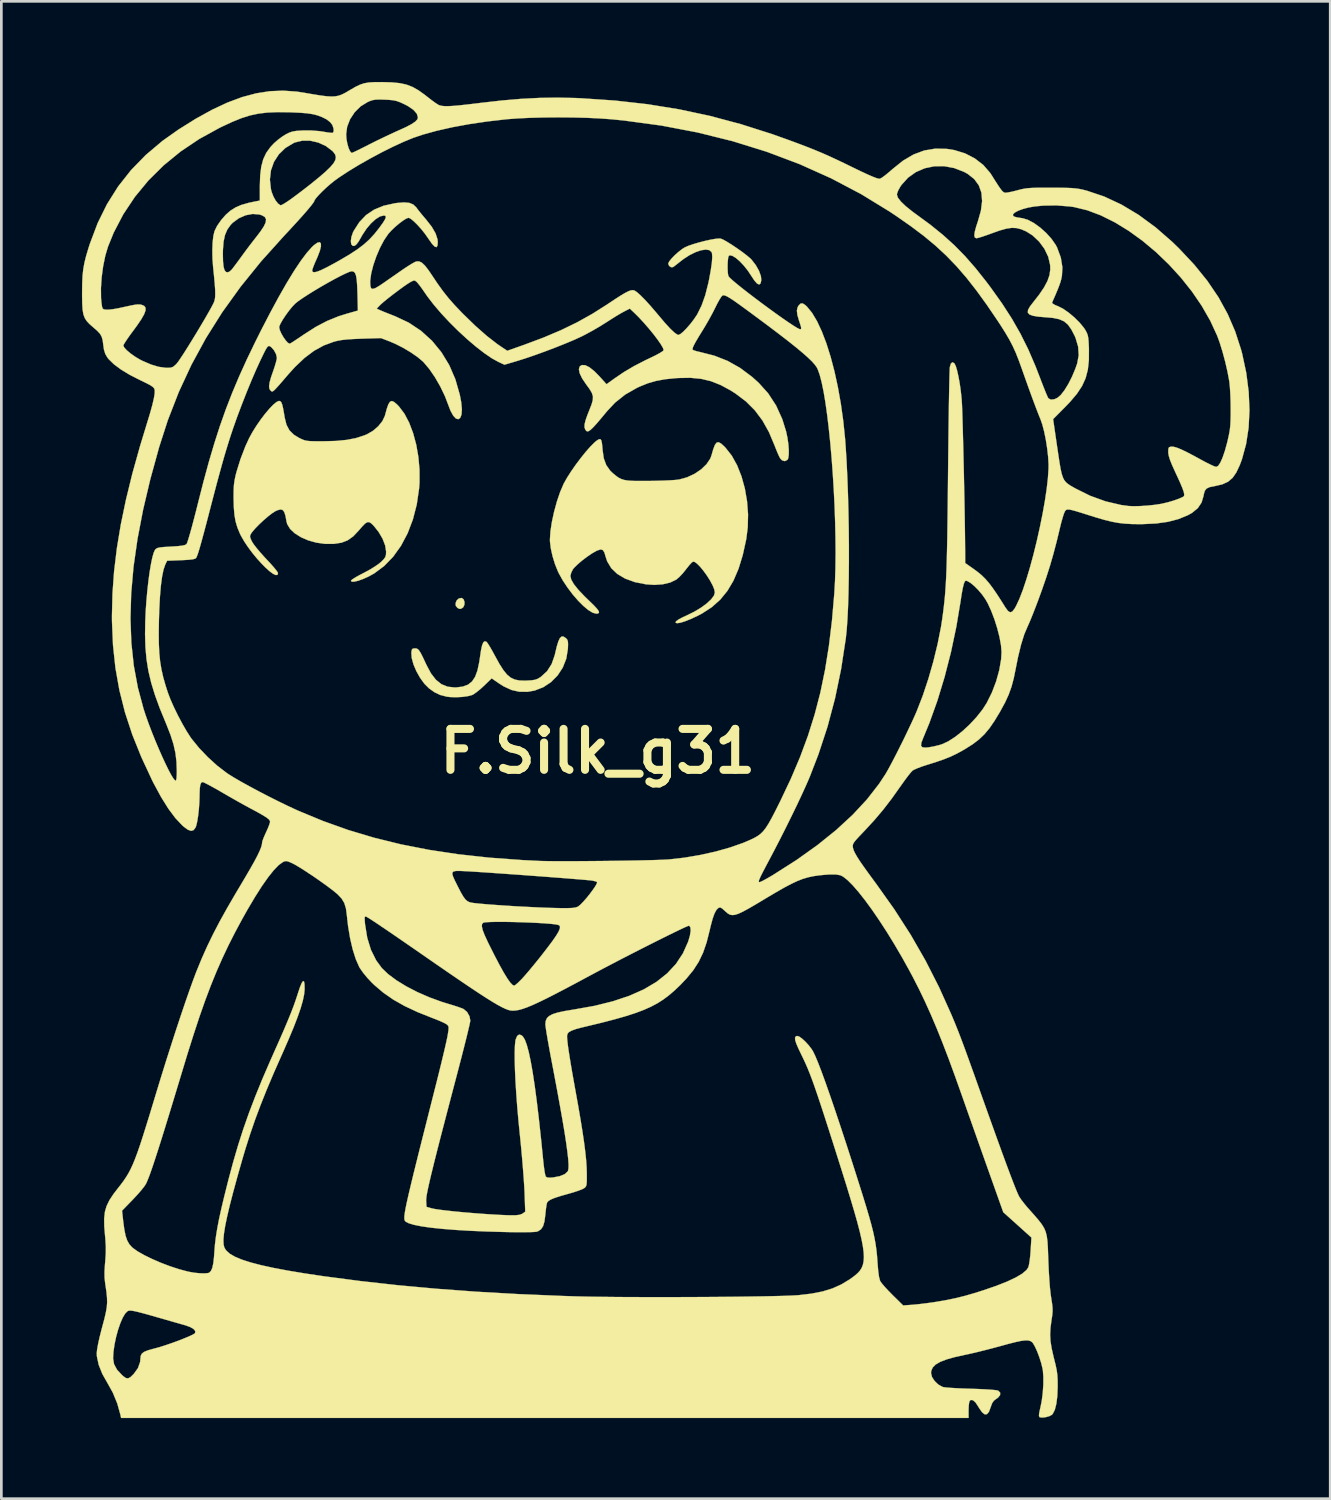
<source format=kicad_pcb>
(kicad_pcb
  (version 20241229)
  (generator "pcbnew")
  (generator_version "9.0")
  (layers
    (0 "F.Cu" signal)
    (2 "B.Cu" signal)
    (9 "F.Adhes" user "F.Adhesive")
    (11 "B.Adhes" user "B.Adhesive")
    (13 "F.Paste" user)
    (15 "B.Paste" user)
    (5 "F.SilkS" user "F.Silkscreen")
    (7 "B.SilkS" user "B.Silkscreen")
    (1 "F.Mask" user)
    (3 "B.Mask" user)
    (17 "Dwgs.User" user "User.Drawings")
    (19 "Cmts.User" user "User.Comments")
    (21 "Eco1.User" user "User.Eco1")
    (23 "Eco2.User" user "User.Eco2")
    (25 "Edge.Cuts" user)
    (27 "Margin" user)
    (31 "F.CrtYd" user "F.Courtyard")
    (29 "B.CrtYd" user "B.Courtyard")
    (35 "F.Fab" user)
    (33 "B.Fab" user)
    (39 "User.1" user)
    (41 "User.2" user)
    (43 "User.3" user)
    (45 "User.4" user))
  (footprint "F.Silk_g31"
    (layer "F.Cu")
    (at 19.192 24.908)
    (property "Reference" "F.Silk_g31" (at 0 0 0) (layer "F.SilkS") (effects (font (size 1.524 1.524) (thickness 0.3))))
    (attr through_hole)
    (fp_poly (pts (xy -5.064 -5.707) (xy -4.994 -5.66) (xy -4.958 -5.566) (xy -4.959 -5.458) (xy -5 -5.366) (xy -5.021 -5.346) (xy -5.096 -5.3) (xy -5.157 -5.305) (xy -5.218 -5.337) (xy -5.282 -5.414) (xy -5.288 -5.515) (xy -5.247 -5.615) (xy -5.169 -5.687) (xy -5.066 -5.707) (xy -5.064 -5.707)) (stroke (width 0.01) (type solid)) (fill yes) (layer "F.SilkS"))
    (fp_poly (pts (xy -1.271 -4.269) (xy -1.187 -4.213) (xy -1.177 -4.205) (xy -1.133 -4.155) (xy -1.11 -4.09) (xy -1.103 -3.988) (xy -1.109 -3.826) (xy -1.11 -3.807) (xy -1.169 -3.448) (xy -1.3 -3.117) (xy -1.492 -2.823) (xy -1.736 -2.576) (xy -2.025 -2.385) (xy -2.348 -2.26) (xy -2.608 -2.215) (xy -2.919 -2.217) (xy -3.209 -2.283) (xy -3.499 -2.417) (xy -3.665 -2.522) (xy -3.946 -2.715) (xy -4.234 -2.436) (xy -4.378 -2.305) (xy -4.518 -2.193) (xy -4.63 -2.116) (xy -4.665 -2.098) (xy -4.824 -2.054) (xy -5.037 -2.024) (xy -5.271 -2.012) (xy -5.496 -2.019) (xy -5.622 -2.035) (xy -5.863 -2.097) (xy -6.079 -2.201) (xy -6.279 -2.344) (xy -6.449 -2.514) (xy -6.608 -2.733) (xy -6.747 -2.98) (xy -6.855 -3.233) (xy -6.921 -3.472) (xy -6.935 -3.67) (xy -6.919 -3.776) (xy -6.883 -3.821) (xy -6.805 -3.831) (xy -6.801 -3.831) (xy -6.744 -3.826) (xy -6.694 -3.802) (xy -6.643 -3.749) (xy -6.585 -3.655) (xy -6.511 -3.51) (xy -6.413 -3.301) (xy -6.374 -3.217) (xy -6.204 -2.899) (xy -6.02 -2.661) (xy -5.815 -2.497) (xy -5.583 -2.404) (xy -5.318 -2.375) (xy -5.253 -2.378) (xy -5.017 -2.409) (xy -4.827 -2.479) (xy -4.678 -2.597) (xy -4.563 -2.769) (xy -4.475 -3.005) (xy -4.409 -3.313) (xy -4.381 -3.5) (xy -4.342 -3.761) (xy -4.302 -3.943) (xy -4.257 -4.052) (xy -4.207 -4.095) (xy -4.146 -4.079) (xy -4.131 -4.067) (xy -4.087 -4.01) (xy -4.015 -3.895) (xy -3.924 -3.738) (xy -3.829 -3.563) (xy -3.662 -3.26) (xy -3.515 -3.028) (xy -3.377 -2.857) (xy -3.238 -2.741) (xy -3.086 -2.67) (xy -2.911 -2.635) (xy -2.702 -2.629) (xy -2.645 -2.631) (xy -2.46 -2.642) (xy -2.332 -2.662) (xy -2.231 -2.699) (xy -2.131 -2.76) (xy -2.11 -2.774) (xy -1.883 -2.982) (xy -1.713 -3.25) (xy -1.598 -3.58) (xy -1.587 -3.629) (xy -1.523 -3.9) (xy -1.463 -4.094) (xy -1.405 -4.215) (xy -1.342 -4.272) (xy -1.271 -4.269)) (stroke (width 0.01) (type solid)) (fill yes) (layer "F.SilkS"))
    (fp_poly (pts (xy 0.134 -11.571) (xy 0.158 -11.463) (xy 0.176 -11.284) (xy 0.181 -11.215) (xy 0.226 -10.903) (xy 0.318 -10.651) (xy 0.464 -10.444) (xy 0.559 -10.353) (xy 0.673 -10.258) (xy 0.774 -10.185) (xy 0.876 -10.133) (xy 0.992 -10.097) (xy 1.136 -10.074) (xy 1.321 -10.063) (xy 1.563 -10.06) (xy 1.874 -10.061) (xy 1.908 -10.061) (xy 2.19 -10.066) (xy 2.46 -10.074) (xy 2.7 -10.085) (xy 2.893 -10.098) (xy 3.021 -10.113) (xy 3.03 -10.114) (xy 3.326 -10.196) (xy 3.604 -10.326) (xy 3.851 -10.493) (xy 4.05 -10.685) (xy 4.189 -10.892) (xy 4.234 -11.012) (xy 4.302 -11.247) (xy 4.363 -11.404) (xy 4.426 -11.487) (xy 4.499 -11.502) (xy 4.592 -11.452) (xy 4.712 -11.342) (xy 4.757 -11.296) (xy 4.988 -11.003) (xy 5.187 -10.644) (xy 5.35 -10.233) (xy 5.475 -9.783) (xy 5.557 -9.308) (xy 5.595 -8.821) (xy 5.584 -8.336) (xy 5.528 -7.895) (xy 5.399 -7.308) (xy 5.242 -6.795) (xy 5.052 -6.351) (xy 4.825 -5.968) (xy 4.557 -5.641) (xy 4.244 -5.363) (xy 3.883 -5.128) (xy 3.713 -5.039) (xy 3.461 -4.923) (xy 3.244 -4.836) (xy 3.07 -4.783) (xy 2.951 -4.767) (xy 2.898 -4.786) (xy 2.913 -4.835) (xy 3.006 -4.904) (xy 3.179 -4.995) (xy 3.313 -5.056) (xy 3.596 -5.196) (xy 3.849 -5.348) (xy 4.062 -5.505) (xy 4.225 -5.658) (xy 4.328 -5.799) (xy 4.36 -5.911) (xy 4.337 -6.03) (xy 4.273 -6.184) (xy 4.179 -6.358) (xy 4.064 -6.54) (xy 3.939 -6.713) (xy 3.814 -6.866) (xy 3.698 -6.983) (xy 3.603 -7.05) (xy 3.545 -7.058) (xy 3.488 -7.013) (xy 3.4 -6.916) (xy 3.299 -6.789) (xy 3.282 -6.766) (xy 3.162 -6.618) (xy 3.033 -6.482) (xy 2.921 -6.388) (xy 2.919 -6.387) (xy 2.699 -6.281) (xy 2.421 -6.215) (xy 2.106 -6.193) (xy 1.796 -6.214) (xy 1.379 -6.297) (xy 1.022 -6.427) (xy 0.73 -6.6) (xy 0.506 -6.814) (xy 0.353 -7.068) (xy 0.297 -7.238) (xy 0.248 -7.402) (xy 0.189 -7.49) (xy 0.108 -7.512) (xy -0.01 -7.475) (xy -0.052 -7.456) (xy -0.209 -7.366) (xy -0.391 -7.243) (xy -0.576 -7.103) (xy -0.742 -6.962) (xy -0.87 -6.837) (xy -0.921 -6.775) (xy -0.983 -6.654) (xy -1.015 -6.537) (xy -1.016 -6.52) (xy -0.984 -6.387) (xy -0.887 -6.219) (xy -0.723 -6.013) (xy -0.489 -5.767) (xy -0.333 -5.616) (xy -0.148 -5.436) (xy -0.024 -5.303) (xy 0.04 -5.211) (xy 0.048 -5.155) (xy 0.004 -5.127) (xy -0.055 -5.122) (xy -0.188 -5.158) (xy -0.352 -5.258) (xy -0.536 -5.412) (xy -0.732 -5.609) (xy -0.931 -5.839) (xy -1.122 -6.092) (xy -1.297 -6.356) (xy -1.446 -6.623) (xy -1.482 -6.698) (xy -1.589 -6.964) (xy -1.679 -7.257) (xy -1.744 -7.547) (xy -1.776 -7.804) (xy -1.778 -7.873) (xy -1.759 -8.179) (xy -1.705 -8.534) (xy -1.623 -8.913) (xy -1.519 -9.293) (xy -1.399 -9.646) (xy -1.269 -9.95) (xy -1.259 -9.97) (xy -1.141 -10.18) (xy -0.988 -10.419) (xy -0.812 -10.671) (xy -0.624 -10.921) (xy -0.437 -11.153) (xy -0.261 -11.352) (xy -0.11 -11.502) (xy -0.036 -11.562) (xy 0.044 -11.611) (xy 0.098 -11.617) (xy 0.134 -11.571)) (stroke (width 0.01) (type solid)) (fill yes) (layer "F.SilkS"))
    (fp_poly (pts (xy -11.811 -13.027) (xy -11.773 -12.985) (xy -11.74 -12.899) (xy -11.707 -12.759) (xy -11.67 -12.552) (xy -11.65 -12.427) (xy -11.583 -12.155) (xy -11.472 -11.944) (xy -11.304 -11.779) (xy -11.113 -11.663) (xy -11.013 -11.615) (xy -10.928 -11.58) (xy -10.84 -11.558) (xy -10.731 -11.545) (xy -10.584 -11.539) (xy -10.381 -11.537) (xy -10.202 -11.537) (xy -9.737 -11.55) (xy -9.339 -11.589) (xy -8.994 -11.656) (xy -8.688 -11.755) (xy -8.584 -11.798) (xy -8.362 -11.927) (xy -8.165 -12.097) (xy -8.012 -12.288) (xy -7.921 -12.481) (xy -7.917 -12.494) (xy -7.85 -12.742) (xy -7.79 -12.912) (xy -7.729 -13.008) (xy -7.66 -13.036) (xy -7.576 -13) (xy -7.467 -12.906) (xy -7.392 -12.828) (xy -7.192 -12.563) (xy -7.016 -12.229) (xy -6.869 -11.84) (xy -6.753 -11.41) (xy -6.673 -10.953) (xy -6.631 -10.48) (xy -6.63 -10.007) (xy -6.646 -9.783) (xy -6.733 -9.187) (xy -6.877 -8.629) (xy -7.073 -8.114) (xy -7.319 -7.65) (xy -7.611 -7.242) (xy -7.945 -6.897) (xy -8.318 -6.619) (xy -8.535 -6.5) (xy -8.734 -6.411) (xy -8.91 -6.348) (xy -9.052 -6.314) (xy -9.146 -6.31) (xy -9.181 -6.34) (xy -9.178 -6.354) (xy -9.134 -6.396) (xy -9.03 -6.463) (xy -8.881 -6.548) (xy -8.716 -6.633) (xy -8.504 -6.746) (xy -8.304 -6.868) (xy -8.141 -6.981) (xy -8.073 -7.038) (xy -7.964 -7.145) (xy -7.904 -7.227) (xy -7.879 -7.313) (xy -7.874 -7.434) (xy -7.874 -7.436) (xy -7.908 -7.658) (xy -8.002 -7.905) (xy -8.148 -8.156) (xy -8.315 -8.369) (xy -8.414 -8.471) (xy -8.495 -8.526) (xy -8.571 -8.528) (xy -8.658 -8.474) (xy -8.769 -8.36) (xy -8.895 -8.213) (xy -9.099 -7.998) (xy -9.303 -7.852) (xy -9.53 -7.764) (xy -9.804 -7.721) (xy -9.829 -7.719) (xy -10.152 -7.72) (xy -10.469 -7.765) (xy -10.769 -7.848) (xy -11.039 -7.965) (xy -11.268 -8.108) (xy -11.444 -8.272) (xy -11.553 -8.451) (xy -11.58 -8.55) (xy -11.62 -8.769) (xy -11.667 -8.911) (xy -11.729 -8.985) (xy -11.815 -9) (xy -11.934 -8.964) (xy -11.992 -8.937) (xy -12.111 -8.862) (xy -12.267 -8.741) (xy -12.44 -8.592) (xy -12.61 -8.432) (xy -12.759 -8.278) (xy -12.867 -8.149) (xy -12.888 -8.118) (xy -12.93 -8.045) (xy -12.938 -7.984) (xy -12.912 -7.902) (xy -12.869 -7.81) (xy -12.806 -7.709) (xy -12.696 -7.566) (xy -12.553 -7.396) (xy -12.392 -7.217) (xy -12.336 -7.157) (xy -12.181 -6.992) (xy -12.051 -6.844) (xy -11.954 -6.725) (xy -11.902 -6.648) (xy -11.896 -6.63) (xy -11.919 -6.564) (xy -11.985 -6.56) (xy -12.086 -6.609) (xy -12.214 -6.704) (xy -12.363 -6.838) (xy -12.524 -7.002) (xy -12.692 -7.189) (xy -12.858 -7.392) (xy -13.015 -7.603) (xy -13.156 -7.815) (xy -13.273 -8.019) (xy -13.317 -8.107) (xy -13.408 -8.328) (xy -13.474 -8.55) (xy -13.517 -8.795) (xy -13.541 -9.082) (xy -13.55 -9.431) (xy -13.55 -9.453) (xy -13.548 -9.709) (xy -13.537 -9.909) (xy -13.513 -10.085) (xy -13.475 -10.267) (xy -13.44 -10.4) (xy -13.29 -10.883) (xy -13.112 -11.346) (xy -12.97 -11.655) (xy -12.846 -11.881) (xy -12.699 -12.116) (xy -12.54 -12.346) (xy -12.376 -12.561) (xy -12.217 -12.749) (xy -12.072 -12.899) (xy -11.951 -12.999) (xy -11.862 -13.039) (xy -11.858 -13.039) (xy -11.811 -13.027)) (stroke (width 0.01) (type solid)) (fill yes) (layer "F.SilkS"))
    (fp_poly (pts (xy -8.022 -24.903) (xy -7.664 -24.893) (xy -7.37 -24.864) (xy -7.121 -24.811) (xy -6.896 -24.725) (xy -6.676 -24.602) (xy -6.441 -24.434) (xy -6.335 -24.351) (xy -6.182 -24.232) (xy -6.043 -24.131) (xy -5.937 -24.062) (xy -5.898 -24.043) (xy -5.819 -24.021) (xy -5.715 -24.009) (xy -5.576 -24.007) (xy -5.394 -24.016) (xy -5.158 -24.036) (xy -4.861 -24.068) (xy -4.492 -24.112) (xy -4.339 -24.131) (xy -3.563 -24.219) (xy -2.845 -24.28) (xy -2.164 -24.315) (xy -1.5 -24.325) (xy -0.829 -24.311) (xy -0.626 -24.302) (xy 0.64 -24.216) (xy 1.852 -24.08) (xy 3.026 -23.89) (xy 4.177 -23.645) (xy 5.323 -23.339) (xy 6.48 -22.971) (xy 7.07 -22.761) (xy 7.463 -22.616) (xy 7.796 -22.489) (xy 8.089 -22.372) (xy 8.363 -22.258) (xy 8.637 -22.136) (xy 8.932 -21.999) (xy 9.268 -21.838) (xy 9.488 -21.73) (xy 9.805 -21.577) (xy 10.054 -21.461) (xy 10.242 -21.38) (xy 10.376 -21.329) (xy 10.464 -21.307) (xy 10.504 -21.308) (xy 10.575 -21.346) (xy 10.69 -21.429) (xy 10.833 -21.545) (xy 10.973 -21.667) (xy 11.363 -21.98) (xy 11.755 -22.21) (xy 12.152 -22.358) (xy 12.562 -22.427) (xy 12.989 -22.418) (xy 13.271 -22.373) (xy 13.669 -22.251) (xy 14.031 -22.064) (xy 14.346 -21.821) (xy 14.6 -21.529) (xy 14.651 -21.453) (xy 14.799 -21.218) (xy 14.91 -21.045) (xy 14.993 -20.926) (xy 15.054 -20.85) (xy 15.102 -20.808) (xy 15.144 -20.789) (xy 15.184 -20.786) (xy 15.273 -20.797) (xy 15.417 -20.826) (xy 15.587 -20.868) (xy 15.635 -20.881) (xy 15.759 -20.913) (xy 15.876 -20.937) (xy 16.001 -20.954) (xy 16.149 -20.965) (xy 16.335 -20.971) (xy 16.576 -20.973) (xy 16.885 -20.973) (xy 16.891 -20.973) (xy 17.2 -20.971) (xy 17.441 -20.967) (xy 17.628 -20.96) (xy 17.78 -20.947) (xy 17.91 -20.929) (xy 18.036 -20.904) (xy 18.173 -20.869) (xy 18.203 -20.861) (xy 18.847 -20.645) (xy 19.488 -20.346) (xy 20.126 -19.964) (xy 20.758 -19.5) (xy 21.382 -18.956) (xy 21.633 -18.712) (xy 22.2 -18.108) (xy 22.687 -17.506) (xy 23.1 -16.897) (xy 23.443 -16.272) (xy 23.722 -15.624) (xy 23.942 -14.945) (xy 23.982 -14.796) (xy 24.135 -14.08) (xy 24.225 -13.377) (xy 24.254 -12.696) (xy 24.222 -12.044) (xy 24.128 -11.431) (xy 23.973 -10.864) (xy 23.893 -10.65) (xy 23.765 -10.377) (xy 23.625 -10.175) (xy 23.457 -10.032) (xy 23.246 -9.935) (xy 22.976 -9.872) (xy 22.945 -9.866) (xy 22.767 -9.83) (xy 22.656 -9.777) (xy 22.591 -9.692) (xy 22.553 -9.558) (xy 22.545 -9.507) (xy 22.472 -9.258) (xy 22.331 -9.049) (xy 22.117 -8.873) (xy 21.964 -8.787) (xy 21.611 -8.642) (xy 21.22 -8.54) (xy 20.779 -8.478) (xy 20.276 -8.454) (xy 20.172 -8.453) (xy 19.875 -8.457) (xy 19.617 -8.472) (xy 19.376 -8.499) (xy 19.133 -8.544) (xy 18.867 -8.609) (xy 18.557 -8.699) (xy 18.288 -8.783) (xy 18.01 -8.871) (xy 17.801 -8.935) (xy 17.651 -8.976) (xy 17.547 -8.997) (xy 17.478 -8.998) (xy 17.434 -8.983) (xy 17.402 -8.952) (xy 17.384 -8.925) (xy 17.349 -8.845) (xy 17.304 -8.704) (xy 17.252 -8.521) (xy 17.207 -8.34) (xy 17.08 -7.812) (xy 16.956 -7.34) (xy 16.828 -6.898) (xy 16.687 -6.457) (xy 16.525 -5.99) (xy 16.394 -5.63) (xy 16.298 -5.377) (xy 16.203 -5.133) (xy 16.116 -4.918) (xy 16.045 -4.749) (xy 16.002 -4.656) (xy 15.874 -4.355) (xy 15.754 -3.97) (xy 15.64 -3.501) (xy 15.558 -3.09) (xy 15.482 -2.717) (xy 15.398 -2.401) (xy 15.294 -2.112) (xy 15.162 -1.823) (xy 14.989 -1.505) (xy 14.965 -1.462) (xy 14.763 -1.128) (xy 14.576 -0.856) (xy 14.388 -0.632) (xy 14.185 -0.439) (xy 13.951 -0.261) (xy 13.669 -0.083) (xy 13.583 -0.033) (xy 13.354 0.092) (xy 13.124 0.201) (xy 12.871 0.302) (xy 12.575 0.404) (xy 12.252 0.505) (xy 12.061 0.567) (xy 11.892 0.631) (xy 11.766 0.688) (xy 11.718 0.717) (xy 11.655 0.782) (xy 11.558 0.902) (xy 11.438 1.062) (xy 11.307 1.245) (xy 11.268 1.3) (xy 10.941 1.761) (xy 10.626 2.17) (xy 10.3 2.556) (xy 9.942 2.945) (xy 9.912 2.976) (xy 9.743 3.153) (xy 9.624 3.282) (xy 9.548 3.374) (xy 9.507 3.443) (xy 9.491 3.5) (xy 9.493 3.557) (xy 9.497 3.586) (xy 9.52 3.671) (xy 9.568 3.777) (xy 9.645 3.913) (xy 9.755 4.086) (xy 9.905 4.302) (xy 10.098 4.57) (xy 10.338 4.897) (xy 10.351 4.914) (xy 11.033 5.873) (xy 11.645 6.824) (xy 12.198 7.787) (xy 12.704 8.782) (xy 13.14 9.75) (xy 13.216 9.929) (xy 13.287 10.099) (xy 13.355 10.268) (xy 13.425 10.444) (xy 13.499 10.635) (xy 13.58 10.85) (xy 13.671 11.096) (xy 13.775 11.382) (xy 13.895 11.716) (xy 14.035 12.105) (xy 14.196 12.559) (xy 14.374 13.06) (xy 14.622 13.753) (xy 14.844 14.372) (xy 15.042 14.918) (xy 15.215 15.389) (xy 15.363 15.784) (xy 15.485 16.102) (xy 15.581 16.342) (xy 15.65 16.503) (xy 15.685 16.573) (xy 15.761 16.686) (xy 15.874 16.833) (xy 16.001 16.986) (xy 16.031 17.019) (xy 16.237 17.25) (xy 16.398 17.437) (xy 16.521 17.595) (xy 16.61 17.739) (xy 16.672 17.885) (xy 16.712 18.047) (xy 16.737 18.242) (xy 16.752 18.485) (xy 16.763 18.79) (xy 16.768 18.938) (xy 16.784 19.307) (xy 16.805 19.655) (xy 16.829 19.965) (xy 16.857 20.219) (xy 16.876 20.345) (xy 16.909 20.556) (xy 16.926 20.716) (xy 16.927 20.854) (xy 16.913 21.002) (xy 16.889 21.156) (xy 16.85 21.444) (xy 16.836 21.7) (xy 16.849 21.948) (xy 16.892 22.217) (xy 16.964 22.534) (xy 16.977 22.585) (xy 17.039 22.833) (xy 17.08 23.03) (xy 17.104 23.206) (xy 17.115 23.392) (xy 17.117 23.617) (xy 17.117 23.644) (xy 17.103 23.994) (xy 17.067 24.283) (xy 17.01 24.506) (xy 16.934 24.655) (xy 16.903 24.689) (xy 16.811 24.739) (xy 16.683 24.776) (xy 16.553 24.793) (xy 16.456 24.783) (xy 16.441 24.776) (xy 16.42 24.732) (xy 16.427 24.635) (xy 16.461 24.474) (xy 16.472 24.431) (xy 16.525 24.167) (xy 16.562 23.87) (xy 16.583 23.565) (xy 16.584 23.278) (xy 16.566 23.038) (xy 16.553 22.966) (xy 16.503 22.763) (xy 16.435 22.548) (xy 16.357 22.341) (xy 16.277 22.163) (xy 16.204 22.034) (xy 16.166 21.988) (xy 16.103 21.946) (xy 16.021 21.923) (xy 15.908 21.921) (xy 15.756 21.94) (xy 15.553 21.983) (xy 15.289 22.05) (xy 14.979 22.135) (xy 14.686 22.214) (xy 14.371 22.295) (xy 14.063 22.371) (xy 13.791 22.433) (xy 13.666 22.459) (xy 13.281 22.545) (xy 12.974 22.632) (xy 12.74 22.723) (xy 12.572 22.822) (xy 12.465 22.932) (xy 12.412 23.056) (xy 12.404 23.138) (xy 12.44 23.283) (xy 12.536 23.431) (xy 12.67 23.561) (xy 12.822 23.647) (xy 12.863 23.66) (xy 12.952 23.672) (xy 13.109 23.686) (xy 13.321 23.699) (xy 13.571 23.711) (xy 13.846 23.72) (xy 13.918 23.722) (xy 14.197 23.732) (xy 14.448 23.744) (xy 14.656 23.758) (xy 14.809 23.773) (xy 14.894 23.788) (xy 14.902 23.792) (xy 14.976 23.865) (xy 14.974 23.956) (xy 14.899 24.05) (xy 14.838 24.093) (xy 14.74 24.167) (xy 14.674 24.266) (xy 14.622 24.412) (xy 14.558 24.581) (xy 14.484 24.668) (xy 14.4 24.673) (xy 14.303 24.595) (xy 14.191 24.435) (xy 14.159 24.38) (xy 14.057 24.228) (xy 13.962 24.146) (xy 13.882 24.138) (xy 13.838 24.179) (xy 13.82 24.248) (xy 13.806 24.375) (xy 13.801 24.522) (xy 13.801 24.807) (xy -17.736 24.807) (xy -17.76 24.691) (xy -17.876 24.275) (xy -18.042 23.869) (xy -18.227 23.535) (xy -18.435 23.168) (xy -18.572 22.824) (xy -18.62 22.589) (xy -18.034 22.589) (xy -17.998 22.806) (xy -17.887 23.013) (xy -17.697 23.217) (xy -17.656 23.253) (xy -17.558 23.322) (xy -17.476 23.335) (xy -17.388 23.289) (xy -17.274 23.178) (xy -17.266 23.171) (xy -17.108 22.952) (xy -17.028 22.724) (xy -17.018 22.615) (xy -17.007 22.502) (xy -16.966 22.417) (xy -16.883 22.351) (xy -16.743 22.293) (xy -16.535 22.234) (xy -16.489 22.223) (xy -16.307 22.173) (xy -16.093 22.105) (xy -15.861 22.026) (xy -15.628 21.941) (xy -15.41 21.856) (xy -15.221 21.778) (xy -15.078 21.712) (xy -14.996 21.663) (xy -14.986 21.654) (xy -14.972 21.582) (xy -15.031 21.504) (xy -15.155 21.429) (xy -15.335 21.362) (xy -15.355 21.356) (xy -15.478 21.322) (xy -15.663 21.269) (xy -15.891 21.204) (xy -16.141 21.132) (xy -16.32 21.081) (xy -16.647 20.987) (xy -16.903 20.916) (xy -17.098 20.865) (xy -17.242 20.832) (xy -17.345 20.815) (xy -17.416 20.812) (xy -17.466 20.821) (xy -17.492 20.832) (xy -17.581 20.918) (xy -17.673 21.072) (xy -17.764 21.28) (xy -17.849 21.527) (xy -17.923 21.797) (xy -17.981 22.075) (xy -18.02 22.346) (xy -18.034 22.589) (xy -18.62 22.589) (xy -18.637 22.509) (xy -18.642 22.394) (xy -18.628 22.259) (xy -18.592 22.057) (xy -18.536 21.803) (xy -18.462 21.511) (xy -18.438 21.421) (xy -18.359 21.125) (xy -18.304 20.89) (xy -18.269 20.693) (xy -18.255 20.512) (xy -18.26 20.327) (xy -18.281 20.116) (xy -18.319 19.858) (xy -18.329 19.791) (xy -18.351 19.588) (xy -18.353 19.363) (xy -18.336 19.088) (xy -18.328 19.01) (xy -18.306 18.702) (xy -18.304 18.423) (xy -18.323 18.124) (xy -18.333 18.027) (xy -18.362 17.676) (xy -18.366 17.388) (xy -18.339 17.143) (xy -18.326 17.095) (xy -17.701 17.095) (xy -17.657 17.49) (xy -17.616 17.794) (xy -17.569 18.027) (xy -17.508 18.205) (xy -17.43 18.343) (xy -17.328 18.456) (xy -17.305 18.477) (xy -17.124 18.607) (xy -16.878 18.747) (xy -16.583 18.891) (xy -16.258 19.032) (xy -15.919 19.161) (xy -15.584 19.271) (xy -15.269 19.355) (xy -15.202 19.37) (xy -15.001 19.405) (xy -14.802 19.424) (xy -14.627 19.428) (xy -14.5 19.416) (xy -14.453 19.399) (xy -14.39 19.333) (xy -14.342 19.224) (xy -14.306 19.06) (xy -14.279 18.83) (xy -14.263 18.606) (xy -14.242 18.346) (xy -14.208 18.069) (xy -14.159 17.765) (xy -14.094 17.423) (xy -14.009 17.034) (xy -13.903 16.588) (xy -13.774 16.073) (xy -13.74 15.938) (xy -13.564 15.283) (xy -13.382 14.662) (xy -13.189 14.06) (xy -12.978 13.459) (xy -12.743 12.844) (xy -12.479 12.196) (xy -12.178 11.5) (xy -12.049 11.209) (xy -11.846 10.753) (xy -11.676 10.364) (xy -11.535 10.03) (xy -11.417 9.742) (xy -11.32 9.49) (xy -11.239 9.262) (xy -11.169 9.05) (xy -11.159 9.017) (xy -11.08 8.78) (xy -11.016 8.625) (xy -10.966 8.552) (xy -10.931 8.562) (xy -10.911 8.654) (xy -10.907 8.829) (xy -10.907 8.862) (xy -10.926 9.053) (xy -10.975 9.285) (xy -11.055 9.563) (xy -11.17 9.893) (xy -11.319 10.28) (xy -11.507 10.728) (xy -11.733 11.245) (xy -11.769 11.324) (xy -12.064 11.992) (xy -12.322 12.602) (xy -12.549 13.172) (xy -12.753 13.718) (xy -12.938 14.256) (xy -13.112 14.803) (xy -13.223 15.177) (xy -13.407 15.823) (xy -13.562 16.392) (xy -13.69 16.885) (xy -13.789 17.306) (xy -13.862 17.657) (xy -13.907 17.938) (xy -13.927 18.154) (xy -13.928 18.199) (xy -13.921 18.357) (xy -13.894 18.465) (xy -13.836 18.559) (xy -13.812 18.588) (xy -13.685 18.701) (xy -13.495 18.81) (xy -13.239 18.917) (xy -12.914 19.021) (xy -12.519 19.124) (xy -12.049 19.227) (xy -11.503 19.329) (xy -10.878 19.433) (xy -10.184 19.536) (xy -8.825 19.714) (xy -7.432 19.869) (xy -5.997 20) (xy -4.511 20.11) (xy -2.963 20.198) (xy -1.345 20.266) (xy -0.889 20.281) (xy -0.556 20.29) (xy -0.165 20.297) (xy 0.276 20.302) (xy 0.759 20.307) (xy 1.275 20.31) (xy 1.818 20.311) (xy 2.378 20.312) (xy 2.948 20.311) (xy 3.519 20.309) (xy 4.083 20.306) (xy 4.632 20.302) (xy 5.159 20.297) (xy 5.654 20.29) (xy 6.11 20.283) (xy 6.519 20.275) (xy 6.872 20.266) (xy 7.161 20.256) (xy 7.379 20.245) (xy 7.472 20.239) (xy 7.954 20.182) (xy 8.37 20.1) (xy 8.734 19.988) (xy 9.064 19.84) (xy 9.375 19.652) (xy 9.476 19.58) (xy 9.585 19.497) (xy 9.68 19.413) (xy 9.759 19.325) (xy 9.821 19.227) (xy 9.867 19.114) (xy 9.895 18.982) (xy 9.906 18.826) (xy 9.897 18.641) (xy 9.868 18.421) (xy 9.819 18.162) (xy 9.749 17.86) (xy 9.657 17.508) (xy 9.542 17.103) (xy 9.404 16.639) (xy 9.243 16.112) (xy 9.056 15.516) (xy 8.844 14.846) (xy 8.742 14.524) (xy 8.569 13.985) (xy 8.419 13.518) (xy 8.287 13.116) (xy 8.172 12.772) (xy 8.07 12.476) (xy 7.979 12.222) (xy 7.895 12.002) (xy 7.817 11.806) (xy 7.74 11.629) (xy 7.662 11.46) (xy 7.593 11.317) (xy 7.472 11.066) (xy 7.391 10.878) (xy 7.349 10.746) (xy 7.343 10.66) (xy 7.37 10.611) (xy 7.418 10.592) (xy 7.494 10.613) (xy 7.602 10.689) (xy 7.726 10.802) (xy 7.851 10.938) (xy 7.96 11.081) (xy 8.014 11.168) (xy 8.096 11.338) (xy 8.2 11.587) (xy 8.326 11.914) (xy 8.473 12.316) (xy 8.64 12.791) (xy 8.827 13.338) (xy 9.033 13.954) (xy 9.258 14.638) (xy 9.5 15.387) (xy 9.71 16.047) (xy 9.863 16.533) (xy 9.991 16.949) (xy 10.096 17.305) (xy 10.182 17.613) (xy 10.25 17.882) (xy 10.302 18.123) (xy 10.342 18.347) (xy 10.372 18.563) (xy 10.395 18.783) (xy 10.412 19.016) (xy 10.412 19.02) (xy 10.437 19.325) (xy 10.467 19.55) (xy 10.504 19.693) (xy 10.515 19.717) (xy 10.57 19.796) (xy 10.673 19.918) (xy 10.808 20.065) (xy 10.963 20.223) (xy 10.974 20.234) (xy 11.367 20.621) (xy 11.726 20.595) (xy 11.918 20.577) (xy 12.16 20.548) (xy 12.417 20.514) (xy 12.615 20.484) (xy 12.991 20.418) (xy 13.333 20.347) (xy 13.67 20.263) (xy 14.033 20.158) (xy 14.351 20.057) (xy 14.835 19.891) (xy 15.239 19.731) (xy 15.561 19.579) (xy 15.802 19.435) (xy 15.96 19.3) (xy 16.024 19.202) (xy 16.05 19.103) (xy 16.076 18.944) (xy 16.098 18.747) (xy 16.111 18.578) (xy 16.14 18.094) (xy 15.616 17.622) (xy 15.092 17.151) (xy 14.568 15.677) (xy 14.419 15.258) (xy 14.254 14.792) (xy 14.081 14.303) (xy 13.908 13.814) (xy 13.744 13.35) (xy 13.598 12.935) (xy 13.56 12.827) (xy 13.3 12.096) (xy 13.058 11.436) (xy 12.828 10.837) (xy 12.608 10.29) (xy 12.392 9.783) (xy 12.177 9.307) (xy 11.958 8.851) (xy 11.73 8.405) (xy 11.597 8.156) (xy 11.322 7.661) (xy 11.041 7.181) (xy 10.76 6.724) (xy 10.481 6.295) (xy 10.211 5.901) (xy 9.953 5.548) (xy 9.711 5.241) (xy 9.491 4.987) (xy 9.296 4.792) (xy 9.131 4.663) (xy 9.03 4.612) (xy 8.86 4.583) (xy 8.611 4.584) (xy 8.513 4.59) (xy 8.264 4.613) (xy 8.044 4.644) (xy 7.84 4.686) (xy 7.639 4.745) (xy 7.431 4.826) (xy 7.203 4.933) (xy 6.942 5.071) (xy 6.638 5.245) (xy 6.276 5.459) (xy 6.201 5.505) (xy 5.875 5.7) (xy 5.612 5.853) (xy 5.403 5.966) (xy 5.238 6.043) (xy 5.108 6.085) (xy 5.005 6.095) (xy 4.918 6.077) (xy 4.84 6.033) (xy 4.76 5.965) (xy 4.731 5.938) (xy 4.628 5.846) (xy 4.559 5.81) (xy 4.503 5.821) (xy 4.497 5.825) (xy 4.419 5.9) (xy 4.346 6.034) (xy 4.275 6.234) (xy 4.202 6.507) (xy 4.167 6.658) (xy 4.054 7.107) (xy 3.922 7.491) (xy 3.76 7.83) (xy 3.558 8.144) (xy 3.305 8.453) (xy 3.07 8.7) (xy 2.861 8.899) (xy 2.655 9.076) (xy 2.445 9.234) (xy 2.223 9.376) (xy 1.978 9.506) (xy 1.704 9.627) (xy 1.392 9.744) (xy 1.033 9.859) (xy 0.618 9.977) (xy 0.14 10.101) (xy -0.41 10.234) (xy -0.612 10.282) (xy -0.815 10.337) (xy -0.974 10.395) (xy -1.07 10.449) (xy -1.076 10.455) (xy -1.113 10.497) (xy -1.134 10.545) (xy -1.141 10.617) (xy -1.134 10.732) (xy -1.114 10.906) (xy -1.106 10.973) (xy -1.083 11.136) (xy -1.047 11.365) (xy -1.002 11.643) (xy -0.949 11.954) (xy -0.891 12.279) (xy -0.846 12.53) (xy -0.735 13.145) (xy -0.642 13.685) (xy -0.566 14.156) (xy -0.506 14.564) (xy -0.461 14.918) (xy -0.43 15.222) (xy -0.412 15.485) (xy -0.406 15.679) (xy -0.405 15.893) (xy -0.408 16.039) (xy -0.418 16.132) (xy -0.438 16.191) (xy -0.471 16.231) (xy -0.508 16.26) (xy -0.59 16.302) (xy -0.734 16.356) (xy -0.918 16.416) (xy -1.099 16.468) (xy -1.384 16.549) (xy -1.595 16.617) (xy -1.742 16.678) (xy -1.835 16.735) (xy -1.883 16.793) (xy -1.886 16.799) (xy -1.903 16.872) (xy -1.923 17.005) (xy -1.942 17.174) (xy -1.949 17.246) (xy -1.981 17.492) (xy -2.031 17.667) (xy -2.107 17.784) (xy -2.213 17.856) (xy -2.268 17.876) (xy -2.343 17.885) (xy -2.49 17.892) (xy -2.696 17.895) (xy -2.947 17.896) (xy -3.231 17.893) (xy -3.471 17.888) (xy -4.137 17.869) (xy -4.747 17.843) (xy -5.297 17.81) (xy -5.784 17.771) (xy -6.205 17.727) (xy -6.555 17.677) (xy -6.832 17.622) (xy -7.03 17.563) (xy -7.134 17.51) (xy -7.155 17.492) (xy -7.174 17.471) (xy -7.187 17.441) (xy -7.195 17.399) (xy -7.196 17.34) (xy -7.19 17.26) (xy -7.175 17.154) (xy -7.151 17.018) (xy -7.117 16.848) (xy -7.071 16.64) (xy -7.013 16.388) (xy -6.942 16.089) (xy -6.857 15.738) (xy -6.756 15.332) (xy -6.64 14.865) (xy -6.506 14.333) (xy -6.354 13.732) (xy -6.184 13.058) (xy -5.997 12.319) (xy -5.909 11.969) (xy -5.826 11.63) (xy -5.75 11.315) (xy -5.684 11.037) (xy -5.632 10.807) (xy -5.596 10.639) (xy -5.583 10.568) (xy -5.556 10.401) (xy -5.547 10.297) (xy -5.555 10.234) (xy -5.584 10.191) (xy -5.618 10.162) (xy -5.694 10.117) (xy -5.829 10.054) (xy -6.002 9.982) (xy -6.145 9.927) (xy -6.702 9.705) (xy -7.186 9.478) (xy -7.608 9.239) (xy -7.98 8.98) (xy -8.314 8.696) (xy -8.415 8.598) (xy -8.58 8.421) (xy -8.731 8.237) (xy -8.846 8.072) (xy -8.877 8.018) (xy -9.003 7.732) (xy -9.116 7.376) (xy -9.212 6.965) (xy -9.288 6.514) (xy -9.317 6.258) (xy -8.672 6.258) (xy -8.661 6.405) (xy -8.657 6.439) (xy -8.576 6.941) (xy -8.438 7.389) (xy -8.244 7.779) (xy -8.032 8.068) (xy -7.796 8.294) (xy -7.489 8.522) (xy -7.124 8.746) (xy -6.713 8.959) (xy -6.27 9.153) (xy -5.807 9.322) (xy -5.557 9.399) (xy -5.362 9.458) (xy -5.185 9.516) (xy -5.05 9.565) (xy -4.992 9.59) (xy -4.86 9.702) (xy -4.77 9.863) (xy -4.741 10.022) (xy -4.752 10.088) (xy -4.782 10.226) (xy -4.83 10.428) (xy -4.892 10.684) (xy -4.968 10.986) (xy -5.054 11.324) (xy -5.149 11.69) (xy -5.209 11.919) (xy -5.402 12.653) (xy -5.574 13.31) (xy -5.726 13.893) (xy -5.86 14.408) (xy -5.975 14.858) (xy -6.074 15.249) (xy -6.156 15.583) (xy -6.225 15.866) (xy -6.279 16.101) (xy -6.321 16.294) (xy -6.352 16.448) (xy -6.372 16.568) (xy -6.382 16.658) (xy -6.384 16.723) (xy -6.384 16.731) (xy -6.371 16.951) (xy -6.181 17.007) (xy -6.06 17.032) (xy -5.868 17.061) (xy -5.618 17.091) (xy -5.324 17.123) (xy -4.998 17.154) (xy -4.655 17.183) (xy -4.307 17.21) (xy -3.967 17.233) (xy -3.65 17.251) (xy -3.368 17.263) (xy -3.237 17.266) (xy -3.039 17.264) (xy -2.905 17.247) (xy -2.814 17.213) (xy -2.797 17.202) (xy -2.697 17.132) (xy -2.722 16.408) (xy -2.734 16.184) (xy -2.753 15.893) (xy -2.779 15.552) (xy -2.81 15.177) (xy -2.845 14.787) (xy -2.883 14.398) (xy -2.901 14.224) (xy -2.952 13.709) (xy -2.996 13.207) (xy -3.031 12.727) (xy -3.059 12.276) (xy -3.078 11.864) (xy -3.088 11.499) (xy -3.089 11.189) (xy -3.08 10.943) (xy -3.062 10.769) (xy -3.051 10.721) (xy -2.995 10.59) (xy -2.919 10.539) (xy -2.83 10.571) (xy -2.783 10.615) (xy -2.711 10.732) (xy -2.639 10.924) (xy -2.566 11.192) (xy -2.493 11.537) (xy -2.418 11.96) (xy -2.342 12.463) (xy -2.265 13.046) (xy -2.186 13.711) (xy -2.105 14.458) (xy -2.027 15.24) (xy -2.004 15.447) (xy -1.979 15.626) (xy -1.954 15.758) (xy -1.933 15.825) (xy -1.931 15.827) (xy -1.874 15.861) (xy -1.766 15.867) (xy -1.66 15.858) (xy -1.408 15.81) (xy -1.226 15.735) (xy -1.118 15.636) (xy -1.102 15.602) (xy -1.086 15.514) (xy -1.084 15.37) (xy -1.098 15.166) (xy -1.128 14.901) (xy -1.173 14.57) (xy -1.234 14.172) (xy -1.313 13.704) (xy -1.409 13.162) (xy -1.522 12.544) (xy -1.653 11.847) (xy -1.692 11.644) (xy -1.755 11.312) (xy -1.812 11.001) (xy -1.862 10.722) (xy -1.902 10.486) (xy -1.93 10.305) (xy -1.945 10.19) (xy -1.947 10.161) (xy -1.935 10.036) (xy -1.891 9.933) (xy -1.808 9.85) (xy -1.676 9.781) (xy -1.487 9.721) (xy -1.231 9.666) (xy -0.9 9.611) (xy -0.882 9.608) (xy -0.117 9.472) (xy 0.57 9.301) (xy 1.183 9.096) (xy 1.722 8.856) (xy 2.189 8.579) (xy 2.585 8.264) (xy 2.912 7.912) (xy 3.171 7.52) (xy 3.364 7.089) (xy 3.371 7.07) (xy 3.432 6.859) (xy 3.459 6.683) (xy 3.451 6.556) (xy 3.407 6.491) (xy 3.4 6.488) (xy 3.352 6.503) (xy 3.236 6.553) (xy 3.062 6.635) (xy 2.838 6.743) (xy 2.571 6.874) (xy 2.269 7.024) (xy 1.941 7.189) (xy 1.595 7.364) (xy 1.239 7.546) (xy 0.881 7.73) (xy 0.53 7.913) (xy 0.192 8.09) (xy -0.123 8.258) (xy -0.275 8.339) (xy -0.784 8.613) (xy -1.226 8.847) (xy -1.606 9.045) (xy -1.931 9.21) (xy -2.206 9.343) (xy -2.438 9.449) (xy -2.633 9.529) (xy -2.797 9.587) (xy -2.936 9.625) (xy -3.057 9.645) (xy -3.164 9.652) (xy -3.168 9.652) (xy -3.241 9.645) (xy -3.328 9.624) (xy -3.433 9.584) (xy -3.562 9.523) (xy -3.718 9.439) (xy -3.907 9.328) (xy -4.133 9.187) (xy -4.401 9.014) (xy -4.716 8.805) (xy -5.082 8.558) (xy -5.504 8.27) (xy -5.987 7.938) (xy -6.392 7.657) (xy -6.858 7.334) (xy -7.26 7.057) (xy -7.6 6.823) (xy -7.883 6.63) (xy -8.06 6.51) (xy -4.313 6.51) (xy -4.282 6.648) (xy -4.208 6.841) (xy -4.089 7.098) (xy -4.07 7.138) (xy -3.848 7.58) (xy -3.657 7.945) (xy -3.495 8.237) (xy -3.359 8.458) (xy -3.25 8.611) (xy -3.165 8.697) (xy -3.109 8.721) (xy -3.059 8.692) (xy -2.968 8.614) (xy -2.854 8.502) (xy -2.807 8.453) (xy -2.693 8.325) (xy -2.542 8.149) (xy -2.372 7.943) (xy -2.197 7.728) (xy -2.109 7.617) (xy -1.871 7.31) (xy -1.685 7.062) (xy -1.549 6.865) (xy -1.459 6.715) (xy -1.411 6.604) (xy -1.402 6.528) (xy -1.43 6.48) (xy -1.471 6.46) (xy -1.575 6.439) (xy -1.748 6.42) (xy -1.974 6.402) (xy -2.241 6.386) (xy -2.535 6.372) (xy -2.843 6.361) (xy -3.152 6.352) (xy -3.448 6.347) (xy -3.717 6.346) (xy -3.947 6.35) (xy -4.123 6.358) (xy -4.232 6.37) (xy -4.251 6.376) (xy -4.302 6.422) (xy -4.313 6.51) (xy -8.06 6.51) (xy -8.114 6.473) (xy -8.297 6.351) (xy -8.436 6.26) (xy -8.535 6.198) (xy -8.598 6.162) (xy -8.621 6.151) (xy -8.654 6.147) (xy -8.671 6.178) (xy -8.672 6.258) (xy -9.317 6.258) (xy -9.335 6.096) (xy -9.369 5.843) (xy -9.431 5.643) (xy -9.533 5.474) (xy -9.689 5.311) (xy -9.855 5.175) (xy -10.086 5.001) (xy -10.338 4.821) (xy -10.596 4.642) (xy -10.764 4.531) (xy -5.413 4.531) (xy -5.395 4.631) (xy -5.328 4.786) (xy -5.218 5.007) (xy -5.21 5.023) (xy -5.093 5.25) (xy -4.999 5.411) (xy -4.917 5.519) (xy -4.835 5.586) (xy -4.742 5.624) (xy -4.629 5.644) (xy -4.399 5.669) (xy -4.101 5.695) (xy -3.75 5.721) (xy -3.364 5.747) (xy -2.958 5.772) (xy -2.548 5.793) (xy -2.152 5.812) (xy -1.784 5.826) (xy -1.463 5.834) (xy -1.361 5.836) (xy -1.123 5.836) (xy -0.953 5.83) (xy -0.835 5.814) (xy -0.755 5.789) (xy -0.726 5.774) (xy -0.643 5.707) (xy -0.535 5.596) (xy -0.413 5.457) (xy -0.291 5.304) (xy -0.179 5.154) (xy -0.089 5.021) (xy -0.033 4.92) (xy -0.023 4.866) (xy -0.072 4.842) (xy -0.174 4.817) (xy -0.215 4.809) (xy -0.296 4.8) (xy -0.452 4.786) (xy -0.672 4.767) (xy -0.947 4.745) (xy -1.267 4.719) (xy -1.622 4.692) (xy -2.001 4.663) (xy -2.396 4.634) (xy -2.796 4.604) (xy -3.192 4.576) (xy -3.573 4.549) (xy -3.929 4.524) (xy -4.251 4.502) (xy -4.528 4.484) (xy -4.751 4.47) (xy -4.858 4.464) (xy -5.104 4.452) (xy -5.275 4.452) (xy -5.375 4.475) (xy -5.413 4.531) (xy -10.764 4.531) (xy -10.845 4.477) (xy -11.069 4.334) (xy -11.255 4.223) (xy -11.375 4.161) (xy -11.505 4.105) (xy -11.59 4.084) (xy -11.658 4.096) (xy -11.715 4.122) (xy -11.87 4.233) (xy -12.053 4.422) (xy -12.263 4.685) (xy -12.498 5.019) (xy -12.755 5.423) (xy -13.034 5.894) (xy -13.229 6.241) (xy -13.494 6.734) (xy -13.739 7.217) (xy -13.969 7.703) (xy -14.188 8.201) (xy -14.4 8.722) (xy -14.609 9.277) (xy -14.82 9.877) (xy -15.036 10.532) (xy -15.264 11.254) (xy -15.39 11.669) (xy -15.602 12.369) (xy -15.791 12.992) (xy -15.959 13.544) (xy -16.108 14.028) (xy -16.239 14.449) (xy -16.354 14.812) (xy -16.454 15.121) (xy -16.54 15.382) (xy -16.614 15.598) (xy -16.677 15.775) (xy -16.732 15.916) (xy -16.779 16.028) (xy -16.815 16.104) (xy -16.877 16.197) (xy -16.984 16.332) (xy -17.123 16.492) (xy -17.279 16.66) (xy -17.3 16.682) (xy -17.701 17.095) (xy -18.326 17.095) (xy -18.276 16.923) (xy -18.172 16.708) (xy -18.022 16.479) (xy -17.856 16.263) (xy -17.743 16.119) (xy -17.642 15.983) (xy -17.551 15.848) (xy -17.465 15.707) (xy -17.383 15.552) (xy -17.302 15.378) (xy -17.219 15.175) (xy -17.13 14.938) (xy -17.033 14.659) (xy -16.926 14.33) (xy -16.805 13.945) (xy -16.666 13.497) (xy -16.509 12.978) (xy -16.425 12.7) (xy -16.249 12.124) (xy -16.068 11.543) (xy -15.885 10.969) (xy -15.704 10.41) (xy -15.528 9.878) (xy -15.361 9.383) (xy -15.206 8.936) (xy -15.066 8.547) (xy -14.946 8.227) (xy -14.923 8.17) (xy -14.734 7.709) (xy -14.533 7.259) (xy -14.314 6.807) (xy -14.069 6.336) (xy -13.789 5.833) (xy -13.469 5.282) (xy -13.345 5.075) (xy -13.114 4.686) (xy -12.925 4.361) (xy -12.774 4.094) (xy -12.66 3.877) (xy -12.578 3.704) (xy -12.524 3.569) (xy -12.495 3.464) (xy -12.488 3.395) (xy -12.471 3.323) (xy -12.424 3.2) (xy -12.358 3.049) (xy -12.34 3.012) (xy -12.27 2.856) (xy -12.218 2.722) (xy -12.193 2.633) (xy -12.192 2.622) (xy -12.203 2.578) (xy -12.241 2.529) (xy -12.316 2.469) (xy -12.437 2.392) (xy -12.613 2.291) (xy -12.853 2.161) (xy -12.933 2.119) (xy -13.12 2.017) (xy -13.356 1.886) (xy -13.615 1.739) (xy -13.874 1.59) (xy -13.998 1.518) (xy -14.21 1.396) (xy -14.4 1.291) (xy -14.555 1.209) (xy -14.661 1.157) (xy -14.702 1.143) (xy -14.753 1.166) (xy -14.788 1.243) (xy -14.808 1.383) (xy -14.816 1.595) (xy -14.816 1.651) (xy -14.824 1.903) (xy -14.842 2.161) (xy -14.87 2.406) (xy -14.904 2.617) (xy -14.942 2.776) (xy -14.967 2.84) (xy -15.04 2.934) (xy -15.132 2.961) (xy -15.251 2.918) (xy -15.404 2.806) (xy -15.461 2.755) (xy -15.715 2.486) (xy -15.977 2.135) (xy -16.247 1.703) (xy -16.523 1.193) (xy -16.576 1.088) (xy -16.982 0.217) (xy -17.32 -0.624) (xy -17.591 -1.448) (xy -17.798 -2.269) (xy -17.946 -3.098) (xy -18.037 -3.95) (xy -18.075 -4.838) (xy -18.076 -4.941) (xy -17.387 -4.941) (xy -17.355 -4.043) (xy -17.263 -3.184) (xy -17.11 -2.363) (xy -16.899 -1.576) (xy -16.822 -1.341) (xy -16.714 -1.037) (xy -16.593 -0.719) (xy -16.464 -0.398) (xy -16.331 -0.084) (xy -16.2 0.214) (xy -16.074 0.484) (xy -15.959 0.717) (xy -15.859 0.902) (xy -15.778 1.029) (xy -15.722 1.089) (xy -15.716 1.091) (xy -15.69 1.077) (xy -15.673 1.006) (xy -15.665 0.869) (xy -15.663 0.729) (xy -15.675 0.382) (xy -15.714 0.059) (xy -15.786 -0.263) (xy -15.895 -0.606) (xy -16.046 -0.993) (xy -16.072 -1.055) (xy -16.296 -1.601) (xy -16.476 -2.095) (xy -16.616 -2.553) (xy -16.72 -2.991) (xy -16.79 -3.428) (xy -16.83 -3.88) (xy -16.844 -4.364) (xy -16.843 -4.404) (xy -16.335 -4.404) (xy -16.331 -4.007) (xy -16.315 -3.661) (xy -16.284 -3.349) (xy -16.236 -3.055) (xy -16.17 -2.761) (xy -16.082 -2.452) (xy -15.996 -2.185) (xy -15.903 -1.94) (xy -15.775 -1.65) (xy -15.624 -1.34) (xy -15.461 -1.033) (xy -15.3 -0.752) (xy -15.151 -0.52) (xy -15.111 -0.464) (xy -14.831 -0.12) (xy -14.503 0.223) (xy -14.153 0.54) (xy -13.805 0.806) (xy -13.747 0.846) (xy -13.54 0.975) (xy -13.272 1.131) (xy -12.956 1.305) (xy -12.609 1.491) (xy -12.245 1.68) (xy -11.88 1.863) (xy -11.528 2.034) (xy -11.204 2.184) (xy -11.134 2.216) (xy -10.218 2.595) (xy -9.282 2.929) (xy -8.318 3.217) (xy -7.319 3.463) (xy -6.277 3.667) (xy -5.184 3.832) (xy -4.033 3.958) (xy -2.815 4.047) (xy -2.159 4.08) (xy -1.972 4.085) (xy -1.717 4.088) (xy -1.405 4.09) (xy -1.047 4.09) (xy -0.656 4.088) (xy -0.241 4.085) (xy 0.186 4.081) (xy 0.614 4.076) (xy 1.03 4.07) (xy 1.426 4.063) (xy 1.788 4.055) (xy 2.106 4.047) (xy 2.368 4.038) (xy 2.564 4.029) (xy 2.646 4.024) (xy 3.228 3.958) (xy 3.815 3.858) (xy 4.387 3.731) (xy 4.926 3.579) (xy 5.411 3.409) (xy 5.687 3.291) (xy 5.833 3.22) (xy 5.955 3.15) (xy 6.061 3.071) (xy 6.16 2.973) (xy 6.257 2.848) (xy 6.361 2.685) (xy 6.479 2.474) (xy 6.617 2.207) (xy 6.784 1.874) (xy 6.8 1.841) (xy 7.189 1.02) (xy 7.529 0.219) (xy 7.823 -0.574) (xy 8.074 -1.372) (xy 8.286 -2.187) (xy 8.461 -3.033) (xy 8.604 -3.923) (xy 8.718 -4.868) (xy 8.804 -5.863) (xy 8.831 -6.332) (xy 8.847 -6.842) (xy 8.853 -7.386) (xy 8.848 -7.955) (xy 8.835 -8.542) (xy 8.814 -9.14) (xy 8.784 -9.74) (xy 8.747 -10.336) (xy 8.704 -10.919) (xy 8.654 -11.483) (xy 8.599 -12.018) (xy 8.539 -12.518) (xy 8.475 -12.975) (xy 8.407 -13.381) (xy 8.335 -13.729) (xy 8.261 -14.012) (xy 8.186 -14.22) (xy 8.151 -14.289) (xy 8.079 -14.389) (xy 7.97 -14.512) (xy 7.817 -14.659) (xy 7.619 -14.834) (xy 7.371 -15.04) (xy 7.07 -15.28) (xy 6.711 -15.556) (xy 6.292 -15.873) (xy 5.807 -16.233) (xy 5.567 -16.41) (xy 5.302 -16.603) (xy 5.096 -16.75) (xy 4.939 -16.854) (xy 4.824 -16.923) (xy 4.741 -16.96) (xy 4.681 -16.971) (xy 4.645 -16.964) (xy 4.6 -16.917) (xy 4.532 -16.81) (xy 4.449 -16.661) (xy 4.385 -16.531) (xy 4.276 -16.315) (xy 4.141 -16.067) (xy 4 -15.823) (xy 3.921 -15.692) (xy 3.765 -15.44) (xy 3.652 -15.249) (xy 3.578 -15.112) (xy 3.538 -15.02) (xy 3.528 -14.964) (xy 3.534 -14.945) (xy 3.585 -14.917) (xy 3.694 -14.884) (xy 3.8 -14.86) (xy 4.342 -14.722) (xy 4.837 -14.527) (xy 5.299 -14.267) (xy 5.743 -13.935) (xy 5.985 -13.718) (xy 6.343 -13.321) (xy 6.638 -12.868) (xy 6.869 -12.36) (xy 7.01 -11.906) (xy 7.06 -11.671) (xy 7.094 -11.436) (xy 7.111 -11.217) (xy 7.109 -11.033) (xy 7.089 -10.9) (xy 7.061 -10.846) (xy 6.964 -10.798) (xy 6.862 -10.826) (xy 6.792 -10.899) (xy 6.747 -10.985) (xy 6.684 -11.126) (xy 6.615 -11.297) (xy 6.585 -11.375) (xy 6.372 -11.88) (xy 6.129 -12.314) (xy 5.848 -12.689) (xy 5.519 -13.018) (xy 5.132 -13.311) (xy 4.949 -13.428) (xy 4.579 -13.629) (xy 4.22 -13.772) (xy 3.852 -13.86) (xy 3.454 -13.899) (xy 3.007 -13.892) (xy 2.895 -13.885) (xy 2.505 -13.845) (xy 2.17 -13.783) (xy 1.862 -13.694) (xy 1.554 -13.569) (xy 1.46 -13.525) (xy 1.023 -13.275) (xy 0.644 -12.973) (xy 0.349 -12.658) (xy 0.134 -12.399) (xy -0.035 -12.2) (xy -0.166 -12.057) (xy -0.263 -11.964) (xy -0.335 -11.915) (xy -0.388 -11.904) (xy -0.428 -11.926) (xy -0.463 -11.976) (xy -0.467 -11.983) (xy -0.492 -12.063) (xy -0.488 -12.169) (xy -0.453 -12.314) (xy -0.384 -12.512) (xy -0.313 -12.69) (xy -0.228 -12.908) (xy -0.182 -13.073) (xy -0.177 -13.208) (xy -0.218 -13.338) (xy -0.305 -13.485) (xy -0.429 -13.654) (xy -0.58 -13.878) (xy -0.67 -14.068) (xy -0.7 -14.218) (xy -0.667 -14.323) (xy -0.592 -14.373) (xy -0.467 -14.369) (xy -0.31 -14.292) (xy -0.125 -14.146) (xy 0.06 -13.958) (xy 0.329 -13.66) (xy 0.62 -13.871) (xy 0.972 -14.11) (xy 1.347 -14.332) (xy 1.771 -14.551) (xy 1.979 -14.65) (xy 2.166 -14.741) (xy 2.317 -14.824) (xy 2.418 -14.889) (xy 2.455 -14.929) (xy 2.455 -14.93) (xy 2.427 -15.014) (xy 2.349 -15.148) (xy 2.231 -15.319) (xy 2.081 -15.516) (xy 1.909 -15.727) (xy 1.724 -15.94) (xy 1.536 -16.144) (xy 1.353 -16.326) (xy 1.323 -16.354) (xy 1.195 -16.474) (xy 0.984 -16.367) (xy 0.866 -16.302) (xy 0.699 -16.203) (xy 0.507 -16.083) (xy 0.313 -15.959) (xy 0.08 -15.813) (xy -0.185 -15.659) (xy -0.447 -15.516) (xy -0.614 -15.431) (xy -0.877 -15.311) (xy -1.201 -15.175) (xy -1.564 -15.03) (xy -1.946 -14.885) (xy -2.326 -14.747) (xy -2.683 -14.625) (xy -2.996 -14.526) (xy -3.02 -14.519) (xy -3.469 -14.386) (xy -3.692 -14.489) (xy -3.939 -14.625) (xy -4.224 -14.82) (xy -4.536 -15.062) (xy -4.863 -15.341) (xy -5.195 -15.647) (xy -5.519 -15.969) (xy -5.825 -16.297) (xy -6.101 -16.62) (xy -6.337 -16.927) (xy -6.408 -17.029) (xy -6.519 -17.19) (xy -6.622 -17.331) (xy -6.703 -17.432) (xy -6.735 -17.466) (xy -6.795 -17.513) (xy -6.849 -17.519) (xy -6.932 -17.482) (xy -6.963 -17.466) (xy -7.072 -17.398) (xy -7.228 -17.291) (xy -7.411 -17.157) (xy -7.605 -17.011) (xy -7.791 -16.866) (xy -7.952 -16.736) (xy -8.069 -16.634) (xy -8.102 -16.601) (xy -8.224 -16.472) (xy -8.081 -16.407) (xy -7.979 -16.364) (xy -7.823 -16.301) (xy -7.64 -16.229) (xy -7.535 -16.188) (xy -7.03 -15.951) (xy -6.573 -15.646) (xy -6.167 -15.278) (xy -5.817 -14.852) (xy -5.525 -14.372) (xy -5.296 -13.842) (xy -5.132 -13.268) (xy -5.079 -12.991) (xy -5.054 -12.726) (xy -5.069 -12.531) (xy -5.116 -12.407) (xy -5.188 -12.358) (xy -5.278 -12.385) (xy -5.377 -12.491) (xy -5.479 -12.677) (xy -5.549 -12.861) (xy -5.685 -13.216) (xy -5.858 -13.576) (xy -6.056 -13.92) (xy -6.266 -14.226) (xy -6.475 -14.474) (xy -6.51 -14.509) (xy -6.707 -14.674) (xy -6.959 -14.848) (xy -7.243 -15.017) (xy -7.533 -15.164) (xy -7.725 -15.246) (xy -8.065 -15.377) (xy -8.784 -15.355) (xy -9.093 -15.342) (xy -9.335 -15.326) (xy -9.53 -15.304) (xy -9.695 -15.273) (xy -9.821 -15.241) (xy -10.195 -15.103) (xy -10.554 -14.905) (xy -10.907 -14.641) (xy -11.262 -14.305) (xy -11.515 -14.026) (xy -11.707 -13.802) (xy -11.851 -13.635) (xy -11.957 -13.518) (xy -12.03 -13.442) (xy -12.08 -13.402) (xy -12.113 -13.388) (xy -12.139 -13.395) (xy -12.164 -13.414) (xy -12.166 -13.416) (xy -12.215 -13.483) (xy -12.229 -13.583) (xy -12.209 -13.728) (xy -12.153 -13.929) (xy -12.086 -14.121) (xy -12.023 -14.306) (xy -11.974 -14.471) (xy -11.944 -14.596) (xy -11.938 -14.642) (xy -11.969 -14.779) (xy -12.046 -14.925) (xy -12.148 -15.04) (xy -12.191 -15.07) (xy -12.228 -15.084) (xy -12.262 -15.076) (xy -12.301 -15.035) (xy -12.353 -14.952) (xy -12.424 -14.815) (xy -12.521 -14.614) (xy -12.55 -14.554) (xy -12.71 -14.205) (xy -12.886 -13.798) (xy -13.068 -13.353) (xy -13.248 -12.894) (xy -13.418 -12.443) (xy -13.567 -12.022) (xy -13.645 -11.79) (xy -13.731 -11.522) (xy -13.813 -11.255) (xy -13.896 -10.978) (xy -13.981 -10.678) (xy -14.073 -10.344) (xy -14.176 -9.965) (xy -14.291 -9.527) (xy -14.423 -9.021) (xy -14.435 -8.975) (xy -14.55 -8.53) (xy -14.648 -8.162) (xy -14.729 -7.863) (xy -14.795 -7.627) (xy -14.848 -7.448) (xy -14.89 -7.319) (xy -14.924 -7.235) (xy -14.943 -7.197) (xy -14.982 -7.167) (xy -15.063 -7.146) (xy -15.2 -7.129) (xy -15.406 -7.116) (xy -15.503 -7.112) (xy -16.023 -7.091) (xy -16.095 -6.943) (xy -16.157 -6.762) (xy -16.211 -6.501) (xy -16.256 -6.16) (xy -16.291 -5.745) (xy -16.316 -5.257) (xy -16.328 -4.868) (xy -16.335 -4.404) (xy -16.843 -4.404) (xy -16.836 -4.84) (xy -16.82 -5.219) (xy -16.793 -5.602) (xy -16.759 -5.979) (xy -16.719 -6.339) (xy -16.674 -6.671) (xy -16.625 -6.963) (xy -16.575 -7.205) (xy -16.524 -7.386) (xy -16.475 -7.494) (xy -16.47 -7.501) (xy -16.43 -7.54) (xy -16.374 -7.568) (xy -16.286 -7.587) (xy -16.15 -7.602) (xy -15.95 -7.614) (xy -15.882 -7.618) (xy -15.64 -7.633) (xy -15.471 -7.652) (xy -15.363 -7.676) (xy -15.304 -7.708) (xy -15.301 -7.71) (xy -15.275 -7.767) (xy -15.232 -7.897) (xy -15.174 -8.092) (xy -15.104 -8.343) (xy -15.025 -8.641) (xy -14.938 -8.977) (xy -14.88 -9.211) (xy -14.672 -10.027) (xy -14.469 -10.773) (xy -14.265 -11.463) (xy -14.056 -12.112) (xy -13.836 -12.733) (xy -13.6 -13.341) (xy -13.343 -13.951) (xy -13.06 -14.575) (xy -12.745 -15.229) (xy -12.528 -15.663) (xy -12.466 -15.783) (xy -11.853 -15.783) (xy -11.832 -15.68) (xy -11.776 -15.551) (xy -11.699 -15.416) (xy -11.613 -15.294) (xy -11.531 -15.204) (xy -11.466 -15.168) (xy -11.454 -15.17) (xy -11.401 -15.2) (xy -11.293 -15.269) (xy -11.145 -15.367) (xy -10.971 -15.485) (xy -10.93 -15.513) (xy -10.489 -15.795) (xy -10.069 -16.015) (xy -9.644 -16.188) (xy -9.341 -16.283) (xy -8.924 -16.401) (xy -8.94 -17.037) (xy -8.951 -17.329) (xy -8.967 -17.546) (xy -8.992 -17.698) (xy -9.028 -17.795) (xy -9.078 -17.847) (xy -9.144 -17.865) (xy -9.152 -17.865) (xy -9.237 -17.843) (xy -9.38 -17.782) (xy -9.569 -17.69) (xy -9.793 -17.573) (xy -10.037 -17.438) (xy -10.291 -17.293) (xy -10.541 -17.144) (xy -10.775 -16.999) (xy -10.981 -16.865) (xy -11.146 -16.75) (xy -11.254 -16.663) (xy -11.366 -16.546) (xy -11.489 -16.395) (xy -11.611 -16.228) (xy -11.72 -16.063) (xy -11.803 -15.919) (xy -11.849 -15.812) (xy -11.853 -15.783) (xy -12.466 -15.783) (xy -12.189 -16.318) (xy -11.871 -16.906) (xy -11.575 -17.425) (xy -11.301 -17.873) (xy -11.052 -18.247) (xy -10.827 -18.547) (xy -10.63 -18.769) (xy -10.559 -18.835) (xy -10.433 -18.926) (xy -10.347 -18.946) (xy -10.302 -18.9) (xy -10.299 -18.793) (xy -10.338 -18.628) (xy -10.421 -18.41) (xy -10.453 -18.337) (xy -10.528 -18.168) (xy -10.586 -18.023) (xy -10.62 -17.922) (xy -10.626 -17.893) (xy -10.607 -17.841) (xy -10.547 -17.826) (xy -10.44 -17.849) (xy -10.282 -17.912) (xy -10.068 -18.017) (xy -9.791 -18.166) (xy -9.588 -18.28) (xy -9.235 -18.488) (xy -8.945 -18.678) (xy -8.704 -18.86) (xy -8.496 -19.048) (xy -8.306 -19.254) (xy -8.121 -19.488) (xy -7.989 -19.672) (xy -7.91 -19.801) (xy -7.882 -19.883) (xy -7.901 -19.927) (xy -7.964 -19.939) (xy -8.105 -19.902) (xy -8.268 -19.799) (xy -8.439 -19.642) (xy -8.607 -19.443) (xy -8.759 -19.213) (xy -8.798 -19.142) (xy -8.902 -18.962) (xy -8.987 -18.853) (xy -9.06 -18.806) (xy -9.122 -18.811) (xy -9.172 -18.872) (xy -9.186 -18.987) (xy -9.166 -19.136) (xy -9.112 -19.297) (xy -9.08 -19.364) (xy -8.869 -19.693) (xy -8.618 -19.956) (xy -8.319 -20.157) (xy -7.965 -20.302) (xy -7.549 -20.394) (xy -7.462 -20.406) (xy -7.205 -20.426) (xy -7.01 -20.408) (xy -6.866 -20.349) (xy -6.756 -20.246) (xy -6.741 -20.225) (xy -6.669 -20.129) (xy -6.56 -19.994) (xy -6.435 -19.845) (xy -6.393 -19.797) (xy -6.176 -19.52) (xy -6.033 -19.273) (xy -5.961 -19.051) (xy -5.951 -18.948) (xy -5.962 -18.815) (xy -6 -18.76) (xy -6.067 -18.782) (xy -6.164 -18.883) (xy -6.29 -19.062) (xy -6.305 -19.084) (xy -6.427 -19.259) (xy -6.567 -19.434) (xy -6.711 -19.594) (xy -6.846 -19.726) (xy -6.959 -19.818) (xy -7.038 -19.854) (xy -7.041 -19.854) (xy -7.121 -19.826) (xy -7.242 -19.751) (xy -7.387 -19.642) (xy -7.538 -19.514) (xy -7.679 -19.38) (xy -7.792 -19.254) (xy -7.793 -19.253) (xy -7.952 -19.019) (xy -8.103 -18.734) (xy -8.238 -18.418) (xy -8.349 -18.096) (xy -8.428 -17.789) (xy -8.465 -17.52) (xy -8.467 -17.456) (xy -8.459 -17.315) (xy -8.432 -17.232) (xy -8.374 -17.206) (xy -8.276 -17.235) (xy -8.13 -17.32) (xy -7.987 -17.416) (xy -7.795 -17.55) (xy -7.57 -17.706) (xy -7.348 -17.861) (xy -7.25 -17.929) (xy -7.081 -18.042) (xy -6.927 -18.138) (xy -6.807 -18.205) (xy -6.748 -18.229) (xy -6.647 -18.231) (xy -6.543 -18.182) (xy -6.427 -18.073) (xy -6.292 -17.898) (xy -6.195 -17.755) (xy -5.968 -17.416) (xy -5.762 -17.129) (xy -5.557 -16.87) (xy -5.335 -16.617) (xy -5.077 -16.345) (xy -4.996 -16.263) (xy -4.551 -15.831) (xy -4.131 -15.461) (xy -3.743 -15.159) (xy -3.577 -15.045) (xy -3.365 -14.905) (xy -2.73 -15.129) (xy -2.012 -15.398) (xy -1.363 -15.673) (xy -0.764 -15.964) (xy -0.2 -16.279) (xy 0.346 -16.625) (xy 0.359 -16.634) (xy 0.635 -16.818) (xy 0.852 -16.957) (xy 1.018 -17.056) (xy 1.144 -17.12) (xy 1.238 -17.154) (xy 1.309 -17.161) (xy 1.363 -17.15) (xy 1.455 -17.091) (xy 1.59 -16.971) (xy 1.762 -16.798) (xy 1.963 -16.577) (xy 2.186 -16.317) (xy 2.255 -16.235) (xy 2.5 -15.945) (xy 2.7 -15.727) (xy 2.855 -15.581) (xy 2.964 -15.505) (xy 3.006 -15.494) (xy 3.077 -15.527) (xy 3.183 -15.614) (xy 3.309 -15.743) (xy 3.444 -15.898) (xy 3.573 -16.065) (xy 3.684 -16.229) (xy 3.705 -16.263) (xy 3.867 -16.59) (xy 4.004 -16.977) (xy 4.12 -17.436) (xy 4.143 -17.547) (xy 4.208 -17.902) (xy 4.248 -18.18) (xy 4.263 -18.387) (xy 4.254 -18.526) (xy 4.236 -18.58) (xy 4.153 -18.651) (xy 4.018 -18.67) (xy 3.842 -18.644) (xy 3.637 -18.573) (xy 3.417 -18.464) (xy 3.192 -18.318) (xy 3.089 -18.239) (xy 2.965 -18.14) (xy 2.863 -18.061) (xy 2.803 -18.018) (xy 2.803 -18.018) (xy 2.729 -18.014) (xy 2.658 -18.064) (xy 2.625 -18.143) (xy 2.625 -18.147) (xy 2.656 -18.221) (xy 2.74 -18.328) (xy 2.859 -18.452) (xy 2.997 -18.577) (xy 3.137 -18.686) (xy 3.234 -18.748) (xy 3.363 -18.806) (xy 3.542 -18.869) (xy 3.753 -18.931) (xy 3.976 -18.989) (xy 4.191 -19.037) (xy 4.379 -19.07) (xy 4.519 -19.083) (xy 4.577 -19.079) (xy 4.674 -19.038) (xy 4.82 -18.956) (xy 4.997 -18.845) (xy 5.188 -18.717) (xy 5.376 -18.584) (xy 5.542 -18.457) (xy 5.671 -18.35) (xy 5.724 -18.297) (xy 5.882 -18.093) (xy 6.001 -17.882) (xy 6.073 -17.684) (xy 6.088 -17.533) (xy 6.061 -17.412) (xy 6.008 -17.37) (xy 5.93 -17.407) (xy 5.828 -17.523) (xy 5.729 -17.673) (xy 5.59 -17.883) (xy 5.438 -18.074) (xy 5.285 -18.236) (xy 5.14 -18.36) (xy 5.014 -18.437) (xy 4.918 -18.458) (xy 4.878 -18.438) (xy 4.856 -18.376) (xy 4.842 -18.255) (xy 4.834 -18.1) (xy 4.835 -17.938) (xy 4.843 -17.794) (xy 4.861 -17.694) (xy 4.864 -17.685) (xy 4.91 -17.627) (xy 5.016 -17.529) (xy 5.173 -17.396) (xy 5.37 -17.237) (xy 5.599 -17.058) (xy 5.849 -16.867) (xy 6.112 -16.669) (xy 6.379 -16.473) (xy 6.639 -16.284) (xy 6.883 -16.111) (xy 7.103 -15.96) (xy 7.287 -15.838) (xy 7.428 -15.752) (xy 7.515 -15.709) (xy 7.532 -15.706) (xy 7.564 -15.714) (xy 7.573 -15.749) (xy 7.557 -15.826) (xy 7.514 -15.962) (xy 7.493 -16.023) (xy 7.431 -16.237) (xy 7.412 -16.397) (xy 7.438 -16.52) (xy 7.474 -16.585) (xy 7.548 -16.661) (xy 7.628 -16.668) (xy 7.727 -16.604) (xy 7.786 -16.549) (xy 7.977 -16.315) (xy 8.163 -16.003) (xy 8.341 -15.622) (xy 8.51 -15.179) (xy 8.667 -14.681) (xy 8.811 -14.135) (xy 8.938 -13.55) (xy 9.048 -12.932) (xy 9.138 -12.29) (xy 9.206 -11.629) (xy 9.227 -11.345) (xy 9.262 -10.785) (xy 9.29 -10.19) (xy 9.313 -9.571) (xy 9.33 -8.936) (xy 9.342 -8.297) (xy 9.348 -7.663) (xy 9.348 -7.044) (xy 9.343 -6.45) (xy 9.332 -5.891) (xy 9.316 -5.376) (xy 9.294 -4.917) (xy 9.266 -4.522) (xy 9.233 -4.206) (xy 9.057 -3.058) (xy 8.831 -1.966) (xy 8.551 -0.913) (xy 8.213 0.115) (xy 7.889 0.953) (xy 7.767 1.235) (xy 7.611 1.579) (xy 7.428 1.969) (xy 7.223 2.392) (xy 7.005 2.834) (xy 6.779 3.281) (xy 6.552 3.72) (xy 6.393 4.022) (xy 6.248 4.295) (xy 6.14 4.502) (xy 6.064 4.653) (xy 6.018 4.756) (xy 5.996 4.82) (xy 5.996 4.854) (xy 6.013 4.867) (xy 6.028 4.868) (xy 6.085 4.847) (xy 6.197 4.79) (xy 6.349 4.705) (xy 6.525 4.602) (xy 6.532 4.597) (xy 7.397 4.046) (xy 8.177 3.49) (xy 8.874 2.929) (xy 9.488 2.362) (xy 10.02 1.79) (xy 10.471 1.21) (xy 10.71 0.847) (xy 10.809 0.675) (xy 10.935 0.442) (xy 11.08 0.163) (xy 11.236 -0.145) (xy 11.267 -0.207) (xy 12.032 -0.207) (xy 12.081 -0.151) (xy 12.195 -0.137) (xy 12.309 -0.147) (xy 12.492 -0.179) (xy 12.696 -0.228) (xy 12.806 -0.261) (xy 13.043 -0.369) (xy 13.305 -0.538) (xy 13.579 -0.755) (xy 13.849 -1.006) (xy 14.102 -1.279) (xy 14.323 -1.56) (xy 14.476 -1.798) (xy 14.669 -2.186) (xy 14.827 -2.602) (xy 14.944 -3.024) (xy 15.013 -3.428) (xy 15.028 -3.697) (xy 15.008 -3.947) (xy 14.953 -4.247) (xy 14.869 -4.576) (xy 14.764 -4.911) (xy 14.643 -5.228) (xy 14.515 -5.506) (xy 14.432 -5.653) (xy 14.306 -5.832) (xy 14.16 -6.004) (xy 14.01 -6.154) (xy 13.868 -6.271) (xy 13.75 -6.338) (xy 13.698 -6.35) (xy 13.661 -6.321) (xy 13.623 -6.229) (xy 13.584 -6.069) (xy 13.541 -5.835) (xy 13.503 -5.58) (xy 13.345 -4.634) (xy 13.146 -3.692) (xy 12.91 -2.771) (xy 12.641 -1.886) (xy 12.343 -1.055) (xy 12.106 -0.481) (xy 12.042 -0.314) (xy 12.032 -0.207) (xy 11.267 -0.207) (xy 11.396 -0.467) (xy 11.55 -0.788) (xy 11.693 -1.091) (xy 11.815 -1.36) (xy 11.876 -1.503) (xy 12.097 -2.072) (xy 12.305 -2.696) (xy 12.492 -3.349) (xy 12.651 -4.002) (xy 12.775 -4.627) (xy 12.822 -4.932) (xy 12.852 -5.151) (xy 12.878 -5.361) (xy 12.901 -5.569) (xy 12.922 -5.781) (xy 12.939 -6.005) (xy 12.955 -6.246) (xy 12.969 -6.511) (xy 12.981 -6.807) (xy 12.991 -7.141) (xy 13 -7.518) (xy 13.009 -7.947) (xy 13.016 -8.433) (xy 13.023 -8.982) (xy 13.03 -9.603) (xy 13.037 -10.301) (xy 13.038 -10.393) (xy 13.044 -10.951) (xy 13.05 -11.488) (xy 13.056 -11.998) (xy 13.063 -12.473) (xy 13.069 -12.908) (xy 13.076 -13.295) (xy 13.083 -13.629) (xy 13.089 -13.903) (xy 13.095 -14.111) (xy 13.1 -14.246) (xy 13.104 -14.298) (xy 13.142 -14.426) (xy 13.196 -14.476) (xy 13.262 -14.447) (xy 13.281 -14.425) (xy 13.326 -14.332) (xy 13.374 -14.17) (xy 13.422 -13.957) (xy 13.468 -13.708) (xy 13.507 -13.44) (xy 13.537 -13.169) (xy 13.549 -13.019) (xy 13.557 -12.88) (xy 13.565 -12.666) (xy 13.574 -12.386) (xy 13.584 -12.052) (xy 13.594 -11.671) (xy 13.605 -11.256) (xy 13.615 -10.814) (xy 13.626 -10.356) (xy 13.635 -9.892) (xy 13.645 -9.431) (xy 13.653 -8.984) (xy 13.66 -8.559) (xy 13.666 -8.168) (xy 13.67 -7.819) (xy 13.673 -7.523) (xy 13.674 -7.408) (xy 13.675 -7.006) (xy 13.976 -6.795) (xy 14.143 -6.672) (xy 14.291 -6.549) (xy 14.427 -6.415) (xy 14.562 -6.259) (xy 14.705 -6.069) (xy 14.866 -5.834) (xy 15.054 -5.542) (xy 15.169 -5.357) (xy 15.264 -5.227) (xy 15.346 -5.173) (xy 15.424 -5.198) (xy 15.509 -5.302) (xy 15.569 -5.408) (xy 15.694 -5.675) (xy 15.824 -6.013) (xy 15.956 -6.41) (xy 16.088 -6.852) (xy 16.217 -7.328) (xy 16.339 -7.824) (xy 16.452 -8.328) (xy 16.553 -8.826) (xy 16.639 -9.306) (xy 16.707 -9.756) (xy 16.753 -10.161) (xy 16.776 -10.511) (xy 16.778 -10.673) (xy 16.762 -10.958) (xy 16.726 -11.273) (xy 16.676 -11.595) (xy 16.614 -11.899) (xy 16.545 -12.162) (xy 16.484 -12.339) (xy 16.395 -12.559) (xy 16.285 -12.846) (xy 16.157 -13.189) (xy 16.017 -13.575) (xy 15.869 -13.99) (xy 15.794 -14.203) (xy 15.673 -14.539) (xy 15.561 -14.823) (xy 15.446 -15.077) (xy 15.318 -15.323) (xy 15.166 -15.582) (xy 14.978 -15.878) (xy 14.883 -16.022) (xy 14.478 -16.618) (xy 14.095 -17.147) (xy 13.724 -17.621) (xy 13.353 -18.05) (xy 12.971 -18.446) (xy 12.568 -18.819) (xy 12.132 -19.181) (xy 11.652 -19.542) (xy 11.118 -19.915) (xy 10.871 -20.08) (xy 9.837 -20.714) (xy 11.134 -20.714) (xy 11.171 -20.602) (xy 11.283 -20.457) (xy 11.464 -20.284) (xy 11.711 -20.085) (xy 11.859 -19.977) (xy 12.383 -19.592) (xy 12.848 -19.215) (xy 13.272 -18.832) (xy 13.671 -18.425) (xy 14.061 -17.979) (xy 14.46 -17.477) (xy 14.624 -17.259) (xy 15.047 -16.665) (xy 15.413 -16.098) (xy 15.734 -15.534) (xy 16.023 -14.953) (xy 16.291 -14.331) (xy 16.446 -13.931) (xy 16.537 -13.694) (xy 16.62 -13.482) (xy 16.69 -13.31) (xy 16.742 -13.19) (xy 16.77 -13.137) (xy 16.864 -13.086) (xy 16.997 -13.102) (xy 17.11 -13.155) (xy 17.234 -13.262) (xy 17.37 -13.437) (xy 17.511 -13.666) (xy 17.648 -13.935) (xy 17.772 -14.23) (xy 17.843 -14.431) (xy 17.9 -14.738) (xy 17.878 -15.062) (xy 17.78 -15.39) (xy 17.749 -15.46) (xy 17.624 -15.701) (xy 17.498 -15.878) (xy 17.354 -16) (xy 17.175 -16.079) (xy 16.944 -16.127) (xy 16.678 -16.151) (xy 16.395 -16.174) (xy 16.192 -16.208) (xy 16.063 -16.257) (xy 16.005 -16.327) (xy 16.013 -16.422) (xy 16.082 -16.548) (xy 16.182 -16.679) (xy 16.426 -16.991) (xy 16.609 -17.261) (xy 16.736 -17.5) (xy 16.812 -17.719) (xy 16.842 -17.93) (xy 16.836 -18.1) (xy 16.766 -18.403) (xy 16.624 -18.699) (xy 16.425 -18.97) (xy 16.182 -19.198) (xy 15.945 -19.347) (xy 15.759 -19.427) (xy 15.586 -19.471) (xy 15.408 -19.479) (xy 15.208 -19.45) (xy 14.967 -19.383) (xy 14.696 -19.287) (xy 14.495 -19.214) (xy 14.316 -19.153) (xy 14.179 -19.111) (xy 14.1 -19.093) (xy 14.094 -19.092) (xy 14.036 -19.117) (xy 14.014 -19.195) (xy 14.031 -19.331) (xy 14.086 -19.533) (xy 14.145 -19.71) (xy 14.217 -19.963) (xy 15.452 -19.963) (xy 15.464 -19.923) (xy 15.511 -19.893) (xy 15.608 -19.868) (xy 15.772 -19.842) (xy 15.807 -19.838) (xy 16.007 -19.778) (xy 16.232 -19.658) (xy 16.464 -19.491) (xy 16.688 -19.29) (xy 16.886 -19.071) (xy 17.043 -18.846) (xy 17.094 -18.749) (xy 17.233 -18.375) (xy 17.292 -18.01) (xy 17.275 -17.696) (xy 17.254 -17.587) (xy 17.223 -17.471) (xy 17.176 -17.335) (xy 17.109 -17.164) (xy 17.016 -16.944) (xy 16.907 -16.696) (xy 16.933 -16.659) (xy 17.022 -16.607) (xy 17.14 -16.558) (xy 17.322 -16.466) (xy 17.529 -16.322) (xy 17.74 -16.144) (xy 17.935 -15.95) (xy 18.093 -15.758) (xy 18.15 -15.671) (xy 18.199 -15.579) (xy 18.233 -15.491) (xy 18.255 -15.384) (xy 18.268 -15.239) (xy 18.278 -15.036) (xy 18.28 -14.967) (xy 18.278 -14.556) (xy 18.239 -14.201) (xy 18.157 -13.886) (xy 18.023 -13.592) (xy 17.832 -13.303) (xy 17.576 -13.001) (xy 17.419 -12.837) (xy 16.947 -12.361) (xy 17.084 -11.419) (xy 17.139 -11.048) (xy 17.184 -10.751) (xy 17.224 -10.517) (xy 17.264 -10.336) (xy 17.308 -10.199) (xy 17.359 -10.095) (xy 17.423 -10.014) (xy 17.503 -9.946) (xy 17.604 -9.88) (xy 17.729 -9.808) (xy 17.771 -9.784) (xy 18.323 -9.51) (xy 18.897 -9.302) (xy 19.477 -9.166) (xy 19.748 -9.129) (xy 19.942 -9.12) (xy 20.189 -9.126) (xy 20.462 -9.144) (xy 20.73 -9.172) (xy 20.965 -9.208) (xy 20.993 -9.214) (xy 21.211 -9.265) (xy 21.43 -9.329) (xy 21.623 -9.397) (xy 21.766 -9.46) (xy 21.796 -9.478) (xy 21.822 -9.511) (xy 21.826 -9.57) (xy 21.805 -9.664) (xy 21.756 -9.801) (xy 21.676 -9.991) (xy 21.561 -10.244) (xy 21.492 -10.391) (xy 21.377 -10.645) (xy 21.299 -10.839) (xy 21.253 -10.987) (xy 21.233 -11.103) (xy 21.232 -11.132) (xy 21.235 -11.251) (xy 21.257 -11.31) (xy 21.312 -11.333) (xy 21.347 -11.338) (xy 21.434 -11.332) (xy 21.556 -11.298) (xy 21.721 -11.231) (xy 21.935 -11.127) (xy 22.208 -10.984) (xy 22.44 -10.857) (xy 22.63 -10.755) (xy 22.8 -10.67) (xy 22.932 -10.61) (xy 23.011 -10.584) (xy 23.018 -10.583) (xy 23.09 -10.624) (xy 23.17 -10.742) (xy 23.254 -10.931) (xy 23.34 -11.183) (xy 23.425 -11.492) (xy 23.443 -11.567) (xy 23.487 -11.765) (xy 23.519 -11.936) (xy 23.539 -12.105) (xy 23.55 -12.294) (xy 23.555 -12.528) (xy 23.555 -12.742) (xy 23.552 -13.009) (xy 23.542 -13.276) (xy 23.528 -13.519) (xy 23.51 -13.714) (xy 23.501 -13.78) (xy 23.436 -14.128) (xy 23.35 -14.503) (xy 23.249 -14.876) (xy 23.143 -15.219) (xy 23.051 -15.469) (xy 22.793 -16.027) (xy 22.477 -16.578) (xy 22.11 -17.115) (xy 21.699 -17.631) (xy 21.251 -18.121) (xy 20.775 -18.578) (xy 20.277 -18.995) (xy 19.765 -19.365) (xy 19.247 -19.683) (xy 18.729 -19.941) (xy 18.22 -20.133) (xy 17.726 -20.253) (xy 17.588 -20.273) (xy 17.071 -20.315) (xy 16.578 -20.307) (xy 16.255 -20.275) (xy 16.038 -20.238) (xy 15.834 -20.184) (xy 15.658 -20.121) (xy 15.528 -20.053) (xy 15.459 -19.988) (xy 15.452 -19.963) (xy 14.217 -19.963) (xy 14.26 -20.115) (xy 14.305 -20.474) (xy 14.279 -20.789) (xy 14.181 -21.062) (xy 14.012 -21.294) (xy 13.77 -21.486) (xy 13.633 -21.562) (xy 13.264 -21.705) (xy 12.89 -21.774) (xy 12.522 -21.77) (xy 12.168 -21.696) (xy 11.842 -21.555) (xy 11.551 -21.349) (xy 11.308 -21.08) (xy 11.254 -21) (xy 11.184 -20.873) (xy 11.141 -20.759) (xy 11.134 -20.714) (xy 9.837 -20.714) (xy 9.804 -20.734) (xy 8.682 -21.325) (xy 7.51 -21.851) (xy 6.289 -22.311) (xy 5.023 -22.704) (xy 3.714 -23.029) (xy 2.366 -23.286) (xy 0.98 -23.473) (xy 0.508 -23.52) (xy 0.081 -23.551) (xy -0.404 -23.574) (xy -0.925 -23.587) (xy -1.464 -23.591) (xy -1.999 -23.587) (xy -2.512 -23.574) (xy -2.981 -23.552) (xy -3.388 -23.521) (xy -3.408 -23.519) (xy -4.11 -23.438) (xy -4.782 -23.339) (xy -5.413 -23.223) (xy -5.991 -23.092) (xy -6.505 -22.95) (xy -6.858 -22.831) (xy -7.207 -22.688) (xy -7.602 -22.507) (xy -8.025 -22.296) (xy -8.455 -22.066) (xy -8.876 -21.828) (xy -9.266 -21.591) (xy -9.609 -21.366) (xy -9.798 -21.231) (xy -9.948 -21.11) (xy -10.105 -20.972) (xy -10.256 -20.829) (xy -10.387 -20.694) (xy -10.485 -20.582) (xy -10.537 -20.506) (xy -10.541 -20.489) (xy -10.57 -20.431) (xy -10.654 -20.318) (xy -10.788 -20.155) (xy -10.968 -19.948) (xy -11.19 -19.701) (xy -11.448 -19.42) (xy -11.689 -19.162) (xy -12.53 -18.227) (xy -13.289 -17.288) (xy -13.972 -16.339) (xy -14.58 -15.373) (xy -15.118 -14.385) (xy -15.59 -13.368) (xy -15.999 -12.316) (xy -16.319 -11.324) (xy -16.648 -10.129) (xy -16.917 -8.99) (xy -17.125 -7.904) (xy -17.273 -6.869) (xy -17.36 -5.882) (xy -17.387 -4.941) (xy -18.076 -4.941) (xy -18.076 -5.057) (xy -18.056 -5.872) (xy -17.996 -6.703) (xy -17.893 -7.557) (xy -17.746 -8.443) (xy -17.554 -9.367) (xy -17.316 -10.338) (xy -17.029 -11.364) (xy -16.783 -12.171) (xy -16.663 -12.564) (xy -16.574 -12.883) (xy -16.516 -13.133) (xy -16.486 -13.317) (xy -16.485 -13.44) (xy -16.488 -13.458) (xy -16.509 -13.509) (xy -16.556 -13.56) (xy -16.64 -13.618) (xy -16.776 -13.691) (xy -16.974 -13.787) (xy -17.03 -13.814) (xy -17.411 -14.008) (xy -17.738 -14.206) (xy -18.002 -14.402) (xy -18.195 -14.59) (xy -18.242 -14.648) (xy -18.323 -14.786) (xy -18.372 -14.942) (xy -18.396 -15.104) (xy -18.42 -15.29) (xy -18.457 -15.426) (xy -18.521 -15.538) (xy -18.626 -15.651) (xy -18.781 -15.785) (xy -18.916 -15.904) (xy -19.017 -16.013) (xy -19.09 -16.128) (xy -19.139 -16.264) (xy -19.168 -16.435) (xy -19.182 -16.656) (xy -19.187 -16.941) (xy -19.187 -17.06) (xy -19.185 -17.236) (xy -18.486 -17.236) (xy -18.482 -16.865) (xy -18.467 -16.701) (xy -18.448 -16.56) (xy -18.425 -16.483) (xy -18.384 -16.448) (xy -18.311 -16.435) (xy -18.29 -16.433) (xy -18.183 -16.436) (xy -18.022 -16.455) (xy -17.836 -16.488) (xy -17.761 -16.504) (xy -17.515 -16.558) (xy -17.337 -16.596) (xy -17.211 -16.619) (xy -17.123 -16.629) (xy -17.057 -16.629) (xy -17 -16.621) (xy -16.979 -16.617) (xy -16.878 -16.577) (xy -16.827 -16.508) (xy -16.826 -16.405) (xy -16.879 -16.263) (xy -16.986 -16.074) (xy -17.149 -15.835) (xy -17.277 -15.661) (xy -17.41 -15.481) (xy -17.522 -15.32) (xy -17.605 -15.194) (xy -17.648 -15.115) (xy -17.653 -15.099) (xy -17.618 -15.024) (xy -17.524 -14.923) (xy -17.386 -14.807) (xy -17.22 -14.689) (xy -17.041 -14.581) (xy -16.945 -14.532) (xy -16.622 -14.393) (xy -16.34 -14.308) (xy -16.08 -14.272) (xy -16.027 -14.27) (xy -15.896 -14.275) (xy -15.805 -14.305) (xy -15.715 -14.378) (xy -15.666 -14.428) (xy -15.607 -14.504) (xy -15.513 -14.642) (xy -15.391 -14.828) (xy -15.249 -15.053) (xy -15.095 -15.302) (xy -14.935 -15.564) (xy -14.777 -15.827) (xy -14.628 -16.079) (xy -14.496 -16.308) (xy -14.387 -16.502) (xy -14.31 -16.648) (xy -14.279 -16.713) (xy -14.253 -16.793) (xy -14.237 -16.891) (xy -14.232 -17.02) (xy -14.236 -17.189) (xy -14.252 -17.411) (xy -14.278 -17.696) (xy -14.311 -18.013) (xy -14.335 -18.33) (xy -14.338 -18.5) (xy -13.949 -18.5) (xy -13.943 -18.229) (xy -13.923 -18.034) (xy -13.888 -17.907) (xy -13.834 -17.839) (xy -13.774 -17.822) (xy -13.701 -17.852) (xy -13.626 -17.918) (xy -13.569 -17.99) (xy -13.476 -18.113) (xy -13.361 -18.268) (xy -13.254 -18.415) (xy -13.111 -18.611) (xy -12.958 -18.815) (xy -12.817 -18.998) (xy -12.743 -19.092) (xy -12.553 -19.339) (xy -12.424 -19.534) (xy -12.354 -19.685) (xy -12.342 -19.799) (xy -12.387 -19.883) (xy -12.487 -19.943) (xy -12.59 -19.976) (xy -12.838 -19.997) (xy -13.1 -19.948) (xy -13.355 -19.836) (xy -13.583 -19.668) (xy -13.663 -19.585) (xy -13.784 -19.414) (xy -13.869 -19.214) (xy -13.922 -18.969) (xy -13.946 -18.664) (xy -13.949 -18.5) (xy -14.338 -18.5) (xy -14.341 -18.643) (xy -14.33 -18.931) (xy -14.303 -19.174) (xy -14.26 -19.354) (xy -14.26 -19.355) (xy -14.162 -19.554) (xy -14.013 -19.768) (xy -13.838 -19.968) (xy -13.667 -20.118) (xy -13.478 -20.238) (xy -13.262 -20.332) (xy -12.996 -20.408) (xy -12.816 -20.447) (xy -12.573 -20.495) (xy -12.573 -21.034) (xy -12.565 -21.276) (xy -12.199 -21.276) (xy -12.16 -20.921) (xy -12.132 -20.812) (xy -12.069 -20.647) (xy -11.986 -20.497) (xy -11.896 -20.383) (xy -11.813 -20.324) (xy -11.791 -20.32) (xy -11.734 -20.343) (xy -11.627 -20.406) (xy -11.49 -20.497) (xy -11.413 -20.551) (xy -11.243 -20.676) (xy -11.036 -20.832) (xy -10.823 -20.996) (xy -10.678 -21.11) (xy -10.371 -21.359) (xy -10.131 -21.566) (xy -9.952 -21.739) (xy -9.83 -21.883) (xy -9.762 -22.006) (xy -9.744 -22.112) (xy -9.771 -22.21) (xy -9.839 -22.304) (xy -9.874 -22.341) (xy -10.119 -22.526) (xy -10.399 -22.654) (xy -10.696 -22.722) (xy -10.99 -22.724) (xy -11.265 -22.658) (xy -11.311 -22.638) (xy -11.619 -22.454) (xy -11.866 -22.215) (xy -12.048 -21.933) (xy -12.16 -21.617) (xy -12.199 -21.276) (xy -12.565 -21.276) (xy -12.56 -21.429) (xy -12.52 -21.756) (xy -12.446 -22.032) (xy -12.334 -22.27) (xy -12.179 -22.485) (xy -12.047 -22.626) (xy -11.896 -22.758) (xy -11.726 -22.884) (xy -11.603 -22.96) (xy -9.361 -22.96) (xy -9.349 -22.788) (xy -9.317 -22.612) (xy -9.272 -22.455) (xy -9.219 -22.335) (xy -9.166 -22.272) (xy -9.149 -22.267) (xy -9.103 -22.286) (xy -8.994 -22.336) (xy -8.837 -22.413) (xy -8.645 -22.509) (xy -8.506 -22.58) (xy -8.251 -22.708) (xy -7.976 -22.841) (xy -7.71 -22.967) (xy -7.482 -23.072) (xy -7.429 -23.095) (xy -7.145 -23.224) (xy -6.935 -23.334) (xy -6.793 -23.429) (xy -6.713 -23.511) (xy -6.689 -23.586) (xy -6.731 -23.727) (xy -6.855 -23.869) (xy -7.061 -24.01) (xy -7.187 -24.076) (xy -7.351 -24.152) (xy -7.485 -24.2) (xy -7.62 -24.228) (xy -7.789 -24.244) (xy -7.921 -24.25) (xy -8.122 -24.256) (xy -8.265 -24.251) (xy -8.377 -24.232) (xy -8.485 -24.195) (xy -8.562 -24.161) (xy -8.822 -24.001) (xy -9.043 -23.783) (xy -9.214 -23.524) (xy -9.324 -23.243) (xy -9.361 -22.96) (xy -11.603 -22.96) (xy -11.6 -22.962) (xy -11.476 -23.023) (xy -11.358 -23.062) (xy -11.22 -23.086) (xy -11.033 -23.099) (xy -10.967 -23.103) (xy -10.659 -23.102) (xy -10.358 -23.079) (xy -10.223 -23.059) (xy -10.062 -23.032) (xy -9.934 -23.016) (xy -9.861 -23.014) (xy -9.853 -23.016) (xy -9.824 -23.077) (xy -9.832 -23.184) (xy -9.875 -23.307) (xy -9.881 -23.318) (xy -9.956 -23.411) (xy -10.069 -23.503) (xy -10.103 -23.523) (xy -10.262 -23.603) (xy -10.423 -23.664) (xy -10.603 -23.71) (xy -10.817 -23.742) (xy -11.08 -23.763) (xy -11.409 -23.778) (xy -11.498 -23.78) (xy -11.922 -23.785) (xy -12.288 -23.77) (xy -12.618 -23.731) (xy -12.933 -23.664) (xy -13.251 -23.564) (xy -13.594 -23.425) (xy -13.982 -23.245) (xy -14.076 -23.199) (xy -14.828 -22.786) (xy -15.522 -22.32) (xy -16.154 -21.803) (xy -16.722 -21.24) (xy -17.223 -20.632) (xy -17.654 -19.985) (xy -18.012 -19.3) (xy -18.225 -18.775) (xy -18.325 -18.439) (xy -18.404 -18.051) (xy -18.459 -17.641) (xy -18.486 -17.236) (xy -19.185 -17.236) (xy -19.183 -17.404) (xy -19.17 -17.688) (xy -19.144 -17.937) (xy -19.101 -18.177) (xy -19.038 -18.431) (xy -18.95 -18.725) (xy -18.897 -18.889) (xy -18.609 -19.652) (xy -18.26 -20.36) (xy -17.847 -21.017) (xy -17.366 -21.627) (xy -16.816 -22.192) (xy -16.194 -22.717) (xy -15.6 -23.137) (xy -14.955 -23.54) (xy -14.35 -23.874) (xy -13.779 -24.141) (xy -13.235 -24.344) (xy -12.712 -24.484) (xy -12.203 -24.564) (xy -11.701 -24.584) (xy -11.199 -24.549) (xy -10.964 -24.513) (xy -10.61 -24.452) (xy -10.325 -24.406) (xy -10.099 -24.377) (xy -9.918 -24.366) (xy -9.769 -24.372) (xy -9.64 -24.397) (xy -9.517 -24.442) (xy -9.389 -24.507) (xy -9.242 -24.593) (xy -9.205 -24.615) (xy -9.01 -24.728) (xy -8.845 -24.807) (xy -8.687 -24.859) (xy -8.513 -24.889) (xy -8.301 -24.902) (xy -8.028 -24.903) (xy -8.022 -24.903)) (stroke (width 0.01) (type solid)) (fill yes) (layer "F.SilkS")))
  (gr_rect
    (start -3 -3)
    (end 46.451 52.72)
    (stroke (width 0.1) (type default))
    (fill no)
    (layer "Edge.Cuts")))
</source>
